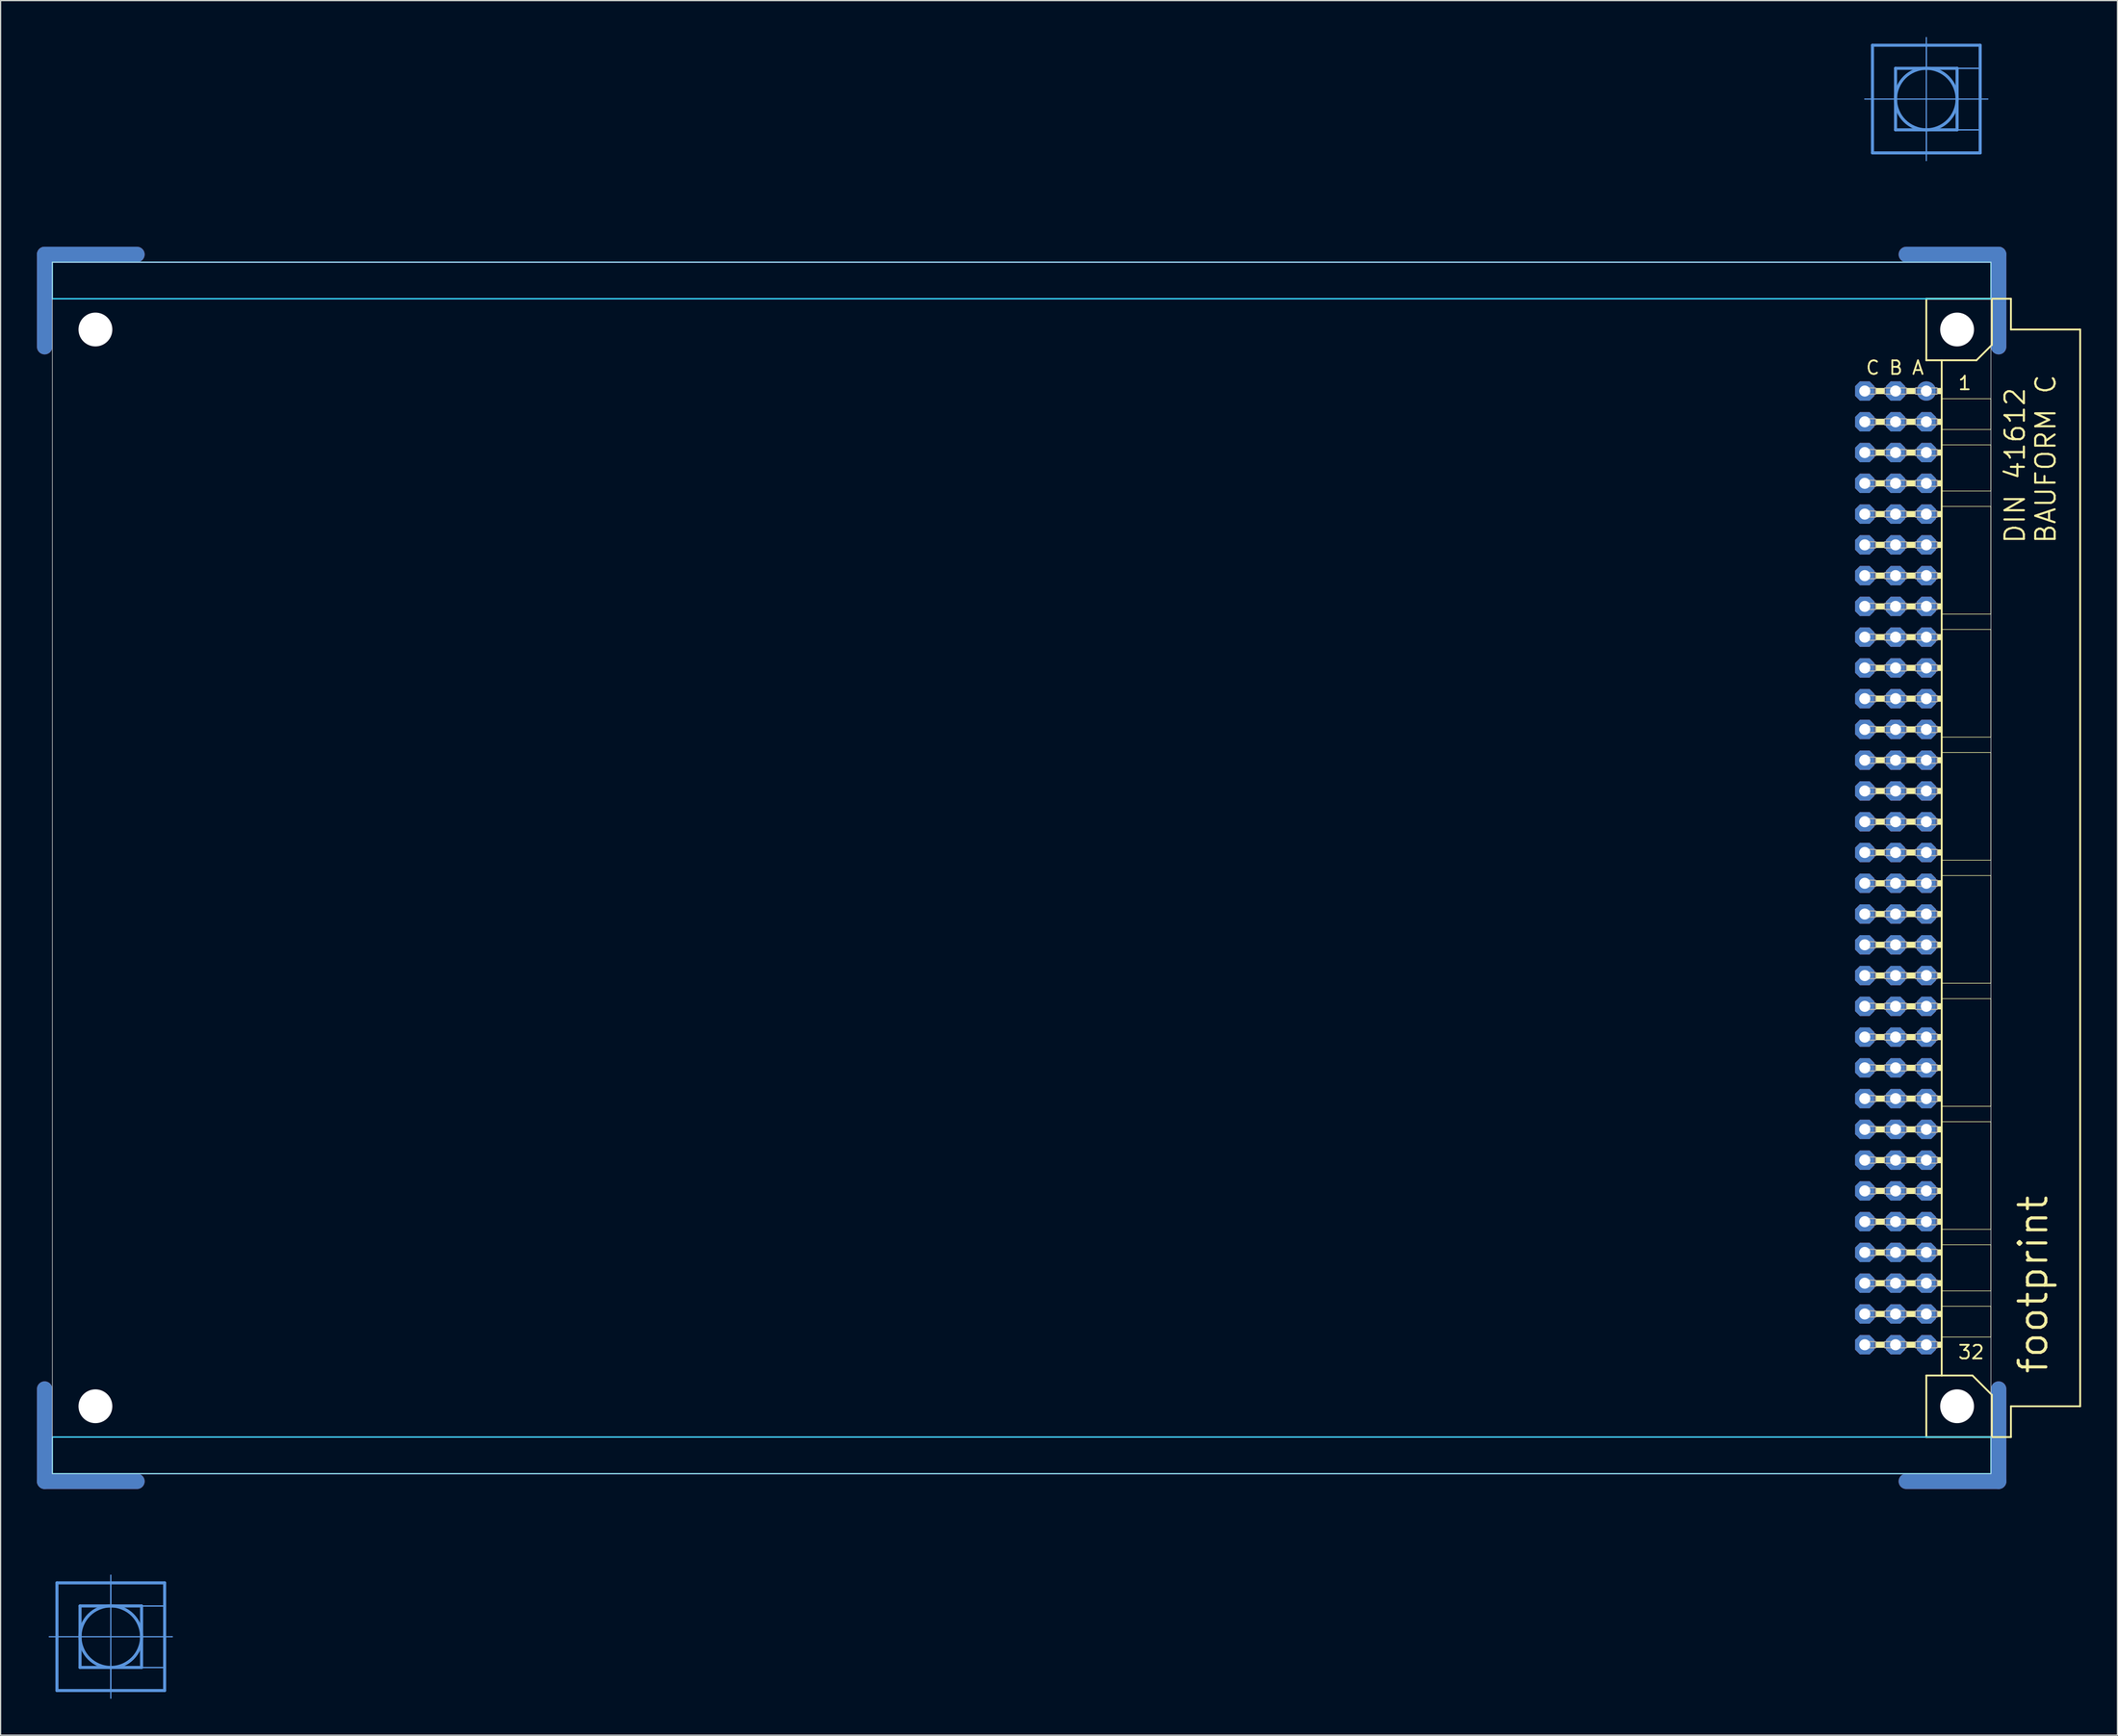
<source format=kicad_pcb>
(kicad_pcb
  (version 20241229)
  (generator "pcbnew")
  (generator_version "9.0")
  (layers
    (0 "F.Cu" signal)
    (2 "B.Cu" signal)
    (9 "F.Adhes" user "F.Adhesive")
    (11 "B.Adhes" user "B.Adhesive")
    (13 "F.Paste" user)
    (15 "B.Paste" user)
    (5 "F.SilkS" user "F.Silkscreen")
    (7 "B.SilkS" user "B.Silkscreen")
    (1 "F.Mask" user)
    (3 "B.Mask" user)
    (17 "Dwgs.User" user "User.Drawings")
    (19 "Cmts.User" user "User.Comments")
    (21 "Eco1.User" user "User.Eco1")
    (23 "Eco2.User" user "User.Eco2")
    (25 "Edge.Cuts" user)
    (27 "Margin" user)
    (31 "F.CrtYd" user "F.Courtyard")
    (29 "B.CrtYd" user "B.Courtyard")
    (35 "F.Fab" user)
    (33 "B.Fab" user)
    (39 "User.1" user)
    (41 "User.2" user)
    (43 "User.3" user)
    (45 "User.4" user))
  (footprint "footprint"
    (layer "F.Cu")
    (at 1.016 68.605)
    (property "Reference" "footprint" (at 165.1 41.91 90) (layer "F.SilkS") (effects (font (size 2.286 2.286) (thickness 0.254)) (justify left bottom)))
    (fp_line (start -0.381 -43.028) (end -0.381 -50.648) (stroke (width 1.27) (type solid)) (layer "F.Cu"))
    (fp_line (start -0.381 43.028) (end -0.381 50.648) (stroke (width 1.27) (type solid)) (layer "F.Cu"))
    (fp_line (start 7.239 -50.648) (end -0.381 -50.648) (stroke (width 1.27) (type solid)) (layer "F.Cu"))
    (fp_line (start 7.239 50.648) (end -0.381 50.648) (stroke (width 1.27) (type solid)) (layer "F.Cu"))
    (fp_line (start 153.289 -50.648) (end 160.909 -50.648) (stroke (width 1.27) (type solid)) (layer "F.Cu"))
    (fp_line (start 153.289 50.648) (end 160.909 50.648) (stroke (width 1.27) (type solid)) (layer "F.Cu"))
    (fp_line (start 160.909 -43.028) (end 160.909 -50.648) (stroke (width 1.27) (type solid)) (layer "F.Cu"))
    (fp_line (start 160.909 43.028) (end 160.909 50.648) (stroke (width 1.27) (type solid)) (layer "F.Cu"))
    (fp_line (start 0.254 -42.393) (end 0.254 -50.013) (stroke (width 0.152) (type solid)) (layer "F.Mask"))
    (fp_line (start 0.254 42.393) (end 0.254 50.013) (stroke (width 0.152) (type solid)) (layer "F.Mask"))
    (fp_line (start 7.874 -50.013) (end 0.254 -50.013) (stroke (width 0.152) (type solid)) (layer "F.Mask"))
    (fp_line (start 7.874 50.013) (end 0.254 50.013) (stroke (width 0.152) (type solid)) (layer "F.Mask"))
    (fp_line (start 152.654 -50.013) (end 160.274 -50.013) (stroke (width 0.152) (type solid)) (layer "F.Mask"))
    (fp_line (start 152.654 50.013) (end 160.274 50.013) (stroke (width 0.152) (type solid)) (layer "F.Mask"))
    (fp_line (start 160.274 -42.393) (end 160.274 -50.013) (stroke (width 0.152) (type solid)) (layer "F.Mask"))
    (fp_line (start 160.274 42.393) (end 160.274 50.013) (stroke (width 0.152) (type solid)) (layer "F.Mask"))
    (fp_line (start -0.381 -43.028) (end -0.381 -50.648) (stroke (width 1.27) (type solid)) (layer "B.Cu"))
    (fp_line (start -0.381 43.028) (end -0.381 50.648) (stroke (width 1.27) (type solid)) (layer "B.Cu"))
    (fp_line (start 7.239 -50.648) (end -0.381 -50.648) (stroke (width 1.27) (type solid)) (layer "B.Cu"))
    (fp_line (start 7.239 50.648) (end -0.381 50.648) (stroke (width 1.27) (type solid)) (layer "B.Cu"))
    (fp_line (start 153.289 -50.648) (end 160.909 -50.648) (stroke (width 1.27) (type solid)) (layer "B.Cu"))
    (fp_line (start 153.289 50.648) (end 160.909 50.648) (stroke (width 1.27) (type solid)) (layer "B.Cu"))
    (fp_line (start 160.909 -43.028) (end 160.909 -50.648) (stroke (width 1.27) (type solid)) (layer "B.Cu"))
    (fp_line (start 160.909 43.028) (end 160.909 50.648) (stroke (width 1.27) (type solid)) (layer "B.Cu"))
    (fp_line (start 0.254 -50.013) (end 7.874 -50.013) (stroke (width 0.152) (type solid)) (layer "B.Mask"))
    (fp_line (start 0.254 -42.393) (end 0.254 -50.013) (stroke (width 0.152) (type solid)) (layer "B.Mask"))
    (fp_line (start 0.254 50.013) (end 0.254 42.393) (stroke (width 0.152) (type solid)) (layer "B.Mask"))
    (fp_line (start 7.874 50.013) (end 0.254 50.013) (stroke (width 0.152) (type solid)) (layer "B.Mask"))
    (fp_line (start 152.654 -50.013) (end 160.274 -50.013) (stroke (width 0.152) (type solid)) (layer "B.Mask"))
    (fp_line (start 160.274 -50.013) (end 160.274 -42.393) (stroke (width 0.152) (type solid)) (layer "B.Mask"))
    (fp_line (start 160.274 42.393) (end 160.274 50.013) (stroke (width 0.152) (type solid)) (layer "B.Mask"))
    (fp_line (start 160.274 50.013) (end 152.654 50.013) (stroke (width 0.152) (type solid)) (layer "B.Mask"))
    (fp_line (start 154.94 -46.99) (end 154.94 -41.91) (stroke (width 0.152) (type solid)) (layer "F.SilkS"))
    (fp_line (start 154.94 -41.91) (end 156.21 -41.91) (stroke (width 0.152) (type solid)) (layer "F.SilkS"))
    (fp_line (start 154.94 41.91) (end 154.94 46.99) (stroke (width 0.152) (type solid)) (layer "F.SilkS"))
    (fp_line (start 154.94 41.91) (end 156.21 41.91) (stroke (width 0.152) (type solid)) (layer "F.SilkS"))
    (fp_line (start 154.94 46.99) (end 160.35 46.99) (stroke (width 0.152) (type solid)) (layer "F.SilkS"))
    (fp_line (start 156.21 -41.91) (end 156.21 -38.735) (stroke (width 0.152) (type solid)) (layer "F.SilkS"))
    (fp_line (start 156.21 -41.91) (end 159.08 -41.91) (stroke (width 0.152) (type solid)) (layer "F.SilkS"))
    (fp_line (start 156.21 -38.735) (end 156.21 -36.195) (stroke (width 0.152) (type solid)) (layer "F.SilkS"))
    (fp_line (start 156.21 -36.195) (end 156.21 -34.925) (stroke (width 0.152) (type solid)) (layer "F.SilkS"))
    (fp_line (start 156.21 -34.925) (end 156.21 -31.115) (stroke (width 0.152) (type solid)) (layer "F.SilkS"))
    (fp_line (start 156.21 -31.115) (end 156.21 -29.845) (stroke (width 0.152) (type solid)) (layer "F.SilkS"))
    (fp_line (start 156.21 -29.845) (end 156.21 -20.955) (stroke (width 0.152) (type solid)) (layer "F.SilkS"))
    (fp_line (start 156.21 -20.955) (end 156.21 -19.685) (stroke (width 0.152) (type solid)) (layer "F.SilkS"))
    (fp_line (start 156.21 -19.685) (end 156.21 -10.795) (stroke (width 0.152) (type solid)) (layer "F.SilkS"))
    (fp_line (start 156.21 -10.795) (end 156.21 -9.525) (stroke (width 0.152) (type solid)) (layer "F.SilkS"))
    (fp_line (start 156.21 -9.525) (end 156.21 -0.635) (stroke (width 0.152) (type solid)) (layer "F.SilkS"))
    (fp_line (start 156.21 -0.635) (end 156.21 0.635) (stroke (width 0.152) (type solid)) (layer "F.SilkS"))
    (fp_line (start 156.21 0.635) (end 156.21 9.525) (stroke (width 0.152) (type solid)) (layer "F.SilkS"))
    (fp_line (start 156.21 9.525) (end 156.21 10.795) (stroke (width 0.152) (type solid)) (layer "F.SilkS"))
    (fp_line (start 156.21 10.795) (end 156.21 19.685) (stroke (width 0.152) (type solid)) (layer "F.SilkS"))
    (fp_line (start 156.21 19.685) (end 156.21 20.955) (stroke (width 0.152) (type solid)) (layer "F.SilkS"))
    (fp_line (start 156.21 20.955) (end 156.21 29.845) (stroke (width 0.152) (type solid)) (layer "F.SilkS"))
    (fp_line (start 156.21 29.845) (end 156.21 31.115) (stroke (width 0.152) (type solid)) (layer "F.SilkS"))
    (fp_line (start 156.21 31.115) (end 156.21 34.925) (stroke (width 0.152) (type solid)) (layer "F.SilkS"))
    (fp_line (start 156.21 34.925) (end 156.21 36.195) (stroke (width 0.152) (type solid)) (layer "F.SilkS"))
    (fp_line (start 156.21 36.195) (end 156.21 38.735) (stroke (width 0.152) (type solid)) (layer "F.SilkS"))
    (fp_line (start 156.21 38.735) (end 156.21 41.91) (stroke (width 0.152) (type solid)) (layer "F.SilkS"))
    (fp_line (start 156.21 41.91) (end 158.75 41.91) (stroke (width 0.152) (type solid)) (layer "F.SilkS"))
    (fp_line (start 159.08 -41.91) (end 160.35 -43.18) (stroke (width 0.152) (type solid)) (layer "F.SilkS"))
    (fp_line (start 160.274 -38.735) (end 156.21 -38.735) (stroke (width 0.051) (type solid)) (layer "F.SilkS"))
    (fp_line (start 160.274 -38.735) (end 160.274 -36.195) (stroke (width 0.051) (type solid)) (layer "F.SilkS"))
    (fp_line (start 160.274 -36.195) (end 156.21 -36.195) (stroke (width 0.051) (type solid)) (layer "F.SilkS"))
    (fp_line (start 160.274 -34.925) (end 156.21 -34.925) (stroke (width 0.051) (type solid)) (layer "F.SilkS"))
    (fp_line (start 160.274 -34.925) (end 160.274 -31.115) (stroke (width 0.051) (type solid)) (layer "F.SilkS"))
    (fp_line (start 160.274 -31.115) (end 156.21 -31.115) (stroke (width 0.051) (type solid)) (layer "F.SilkS"))
    (fp_line (start 160.274 -29.845) (end 156.21 -29.845) (stroke (width 0.051) (type solid)) (layer "F.SilkS"))
    (fp_line (start 160.274 -29.845) (end 160.274 -20.955) (stroke (width 0.051) (type solid)) (layer "F.SilkS"))
    (fp_line (start 160.274 -20.955) (end 156.21 -20.955) (stroke (width 0.051) (type solid)) (layer "F.SilkS"))
    (fp_line (start 160.274 -19.685) (end 156.21 -19.685) (stroke (width 0.051) (type solid)) (layer "F.SilkS"))
    (fp_line (start 160.274 -19.685) (end 160.274 -10.795) (stroke (width 0.051) (type solid)) (layer "F.SilkS"))
    (fp_line (start 160.274 -10.795) (end 156.21 -10.795) (stroke (width 0.051) (type solid)) (layer "F.SilkS"))
    (fp_line (start 160.274 -9.525) (end 156.21 -9.525) (stroke (width 0.051) (type solid)) (layer "F.SilkS"))
    (fp_line (start 160.274 -9.525) (end 160.274 -0.635) (stroke (width 0.051) (type solid)) (layer "F.SilkS"))
    (fp_line (start 160.274 -0.635) (end 156.21 -0.635) (stroke (width 0.051) (type solid)) (layer "F.SilkS"))
    (fp_line (start 160.274 0.635) (end 156.21 0.635) (stroke (width 0.051) (type solid)) (layer "F.SilkS"))
    (fp_line (start 160.274 0.635) (end 160.274 9.525) (stroke (width 0.051) (type solid)) (layer "F.SilkS"))
    (fp_line (start 160.274 9.525) (end 156.21 9.525) (stroke (width 0.051) (type solid)) (layer "F.SilkS"))
    (fp_line (start 160.274 10.795) (end 156.21 10.795) (stroke (width 0.051) (type solid)) (layer "F.SilkS"))
    (fp_line (start 160.274 10.795) (end 160.274 19.685) (stroke (width 0.051) (type solid)) (layer "F.SilkS"))
    (fp_line (start 160.274 19.685) (end 156.21 19.685) (stroke (width 0.051) (type solid)) (layer "F.SilkS"))
    (fp_line (start 160.274 20.955) (end 156.21 20.955) (stroke (width 0.051) (type solid)) (layer "F.SilkS"))
    (fp_line (start 160.274 20.955) (end 160.274 29.845) (stroke (width 0.051) (type solid)) (layer "F.SilkS"))
    (fp_line (start 160.274 29.845) (end 156.21 29.845) (stroke (width 0.051) (type solid)) (layer "F.SilkS"))
    (fp_line (start 160.274 31.115) (end 156.21 31.115) (stroke (width 0.051) (type solid)) (layer "F.SilkS"))
    (fp_line (start 160.274 31.115) (end 160.274 34.925) (stroke (width 0.051) (type solid)) (layer "F.SilkS"))
    (fp_line (start 160.274 34.925) (end 156.21 34.925) (stroke (width 0.051) (type solid)) (layer "F.SilkS"))
    (fp_line (start 160.274 36.195) (end 156.21 36.195) (stroke (width 0.051) (type solid)) (layer "F.SilkS"))
    (fp_line (start 160.274 36.195) (end 160.274 38.735) (stroke (width 0.051) (type solid)) (layer "F.SilkS"))
    (fp_line (start 160.274 38.735) (end 156.21 38.735) (stroke (width 0.051) (type solid)) (layer "F.SilkS"))
    (fp_line (start 160.35 -46.99) (end 154.94 -46.99) (stroke (width 0.152) (type solid)) (layer "F.SilkS"))
    (fp_line (start 160.35 -43.18) (end 160.35 -46.99) (stroke (width 0.152) (type solid)) (layer "F.SilkS"))
    (fp_line (start 160.35 43.51) (end 158.75 41.91) (stroke (width 0.152) (type solid)) (layer "F.SilkS"))
    (fp_line (start 160.35 43.51) (end 160.35 46.99) (stroke (width 0.152) (type solid)) (layer "F.SilkS"))
    (fp_line (start 160.35 46.99) (end 161.925 46.99) (stroke (width 0.152) (type solid)) (layer "F.SilkS"))
    (fp_line (start 161.925 -46.99) (end 160.35 -46.99) (stroke (width 0.152) (type solid)) (layer "F.SilkS"))
    (fp_line (start 161.925 -44.45) (end 161.925 -46.99) (stroke (width 0.152) (type solid)) (layer "F.SilkS"))
    (fp_line (start 161.925 44.45) (end 167.64 44.45) (stroke (width 0.152) (type solid)) (layer "F.SilkS"))
    (fp_line (start 161.925 46.99) (end 161.925 44.45) (stroke (width 0.152) (type solid)) (layer "F.SilkS"))
    (fp_line (start 167.64 -44.45) (end 161.925 -44.45) (stroke (width 0.152) (type solid)) (layer "F.SilkS"))
    (fp_line (start 167.64 44.45) (end 167.64 -44.45) (stroke (width 0.152) (type solid)) (layer "F.SilkS"))
    (fp_circle (center 3.81 -44.45) (end 5.08 -44.45) (stroke (width 0.152) (type solid)) (fill no) (layer "F.SilkS"))
    (fp_circle (center 3.81 44.45) (end 5.08 44.45) (stroke (width 0.152) (type solid)) (fill no) (layer "F.SilkS"))
    (fp_circle (center 157.48 -44.45) (end 158.75 -44.45) (stroke (width 0.152) (type solid)) (fill no) (layer "F.SilkS"))
    (fp_circle (center 157.48 44.45) (end 158.75 44.45) (stroke (width 0.152) (type solid)) (fill no) (layer "F.SilkS"))
    (fp_poly (pts (xy 150.749 -39.116) (xy 151.511 -39.116) (xy 151.511 -39.624) (xy 150.749 -39.624)) (stroke (width 0) (type solid)) (fill yes) (layer "F.SilkS"))
    (fp_poly (pts (xy 150.749 -36.576) (xy 151.511 -36.576) (xy 151.511 -37.084) (xy 150.749 -37.084)) (stroke (width 0) (type solid)) (fill yes) (layer "F.SilkS"))
    (fp_poly (pts (xy 150.749 -34.036) (xy 151.511 -34.036) (xy 151.511 -34.544) (xy 150.749 -34.544)) (stroke (width 0) (type solid)) (fill yes) (layer "F.SilkS"))
    (fp_poly (pts (xy 150.749 -31.496) (xy 151.511 -31.496) (xy 151.511 -32.004) (xy 150.749 -32.004)) (stroke (width 0) (type solid)) (fill yes) (layer "F.SilkS"))
    (fp_poly (pts (xy 150.749 -28.956) (xy 151.511 -28.956) (xy 151.511 -29.464) (xy 150.749 -29.464)) (stroke (width 0) (type solid)) (fill yes) (layer "F.SilkS"))
    (fp_poly (pts (xy 150.749 -26.416) (xy 151.511 -26.416) (xy 151.511 -26.924) (xy 150.749 -26.924)) (stroke (width 0) (type solid)) (fill yes) (layer "F.SilkS"))
    (fp_poly (pts (xy 150.749 -23.876) (xy 151.511 -23.876) (xy 151.511 -24.384) (xy 150.749 -24.384)) (stroke (width 0) (type solid)) (fill yes) (layer "F.SilkS"))
    (fp_poly (pts (xy 150.749 -21.336) (xy 151.511 -21.336) (xy 151.511 -21.844) (xy 150.749 -21.844)) (stroke (width 0) (type solid)) (fill yes) (layer "F.SilkS"))
    (fp_poly (pts (xy 150.749 -18.796) (xy 151.511 -18.796) (xy 151.511 -19.304) (xy 150.749 -19.304)) (stroke (width 0) (type solid)) (fill yes) (layer "F.SilkS"))
    (fp_poly (pts (xy 150.749 -16.256) (xy 151.511 -16.256) (xy 151.511 -16.764) (xy 150.749 -16.764)) (stroke (width 0) (type solid)) (fill yes) (layer "F.SilkS"))
    (fp_poly (pts (xy 150.749 -13.716) (xy 151.511 -13.716) (xy 151.511 -14.224) (xy 150.749 -14.224)) (stroke (width 0) (type solid)) (fill yes) (layer "F.SilkS"))
    (fp_poly (pts (xy 150.749 -11.176) (xy 151.511 -11.176) (xy 151.511 -11.684) (xy 150.749 -11.684)) (stroke (width 0) (type solid)) (fill yes) (layer "F.SilkS"))
    (fp_poly (pts (xy 150.749 -8.636) (xy 151.511 -8.636) (xy 151.511 -9.144) (xy 150.749 -9.144)) (stroke (width 0) (type solid)) (fill yes) (layer "F.SilkS"))
    (fp_poly (pts (xy 150.749 -6.096) (xy 151.511 -6.096) (xy 151.511 -6.604) (xy 150.749 -6.604)) (stroke (width 0) (type solid)) (fill yes) (layer "F.SilkS"))
    (fp_poly (pts (xy 150.749 -3.556) (xy 151.511 -3.556) (xy 151.511 -4.064) (xy 150.749 -4.064)) (stroke (width 0) (type solid)) (fill yes) (layer "F.SilkS"))
    (fp_poly (pts (xy 150.749 -1.016) (xy 151.511 -1.016) (xy 151.511 -1.524) (xy 150.749 -1.524)) (stroke (width 0) (type solid)) (fill yes) (layer "F.SilkS"))
    (fp_poly (pts (xy 150.749 1.524) (xy 151.511 1.524) (xy 151.511 1.016) (xy 150.749 1.016)) (stroke (width 0) (type solid)) (fill yes) (layer "F.SilkS"))
    (fp_poly (pts (xy 150.749 4.064) (xy 151.511 4.064) (xy 151.511 3.556) (xy 150.749 3.556)) (stroke (width 0) (type solid)) (fill yes) (layer "F.SilkS"))
    (fp_poly (pts (xy 150.749 6.604) (xy 151.511 6.604) (xy 151.511 6.096) (xy 150.749 6.096)) (stroke (width 0) (type solid)) (fill yes) (layer "F.SilkS"))
    (fp_poly (pts (xy 150.749 9.144) (xy 151.511 9.144) (xy 151.511 8.636) (xy 150.749 8.636)) (stroke (width 0) (type solid)) (fill yes) (layer "F.SilkS"))
    (fp_poly (pts (xy 150.749 11.684) (xy 151.511 11.684) (xy 151.511 11.176) (xy 150.749 11.176)) (stroke (width 0) (type solid)) (fill yes) (layer "F.SilkS"))
    (fp_poly (pts (xy 150.749 14.224) (xy 151.511 14.224) (xy 151.511 13.716) (xy 150.749 13.716)) (stroke (width 0) (type solid)) (fill yes) (layer "F.SilkS"))
    (fp_poly (pts (xy 150.749 16.764) (xy 151.511 16.764) (xy 151.511 16.256) (xy 150.749 16.256)) (stroke (width 0) (type solid)) (fill yes) (layer "F.SilkS"))
    (fp_poly (pts (xy 150.749 19.304) (xy 151.511 19.304) (xy 151.511 18.796) (xy 150.749 18.796)) (stroke (width 0) (type solid)) (fill yes) (layer "F.SilkS"))
    (fp_poly (pts (xy 150.749 21.844) (xy 151.511 21.844) (xy 151.511 21.336) (xy 150.749 21.336)) (stroke (width 0) (type solid)) (fill yes) (layer "F.SilkS"))
    (fp_poly (pts (xy 150.749 24.384) (xy 151.511 24.384) (xy 151.511 23.876) (xy 150.749 23.876)) (stroke (width 0) (type solid)) (fill yes) (layer "F.SilkS"))
    (fp_poly (pts (xy 150.749 26.924) (xy 151.511 26.924) (xy 151.511 26.416) (xy 150.749 26.416)) (stroke (width 0) (type solid)) (fill yes) (layer "F.SilkS"))
    (fp_poly (pts (xy 150.749 29.464) (xy 151.511 29.464) (xy 151.511 28.956) (xy 150.749 28.956)) (stroke (width 0) (type solid)) (fill yes) (layer "F.SilkS"))
    (fp_poly (pts (xy 150.749 32.004) (xy 151.511 32.004) (xy 151.511 31.496) (xy 150.749 31.496)) (stroke (width 0) (type solid)) (fill yes) (layer "F.SilkS"))
    (fp_poly (pts (xy 150.749 34.544) (xy 151.511 34.544) (xy 151.511 34.036) (xy 150.749 34.036)) (stroke (width 0) (type solid)) (fill yes) (layer "F.SilkS"))
    (fp_poly (pts (xy 150.749 37.084) (xy 151.511 37.084) (xy 151.511 36.576) (xy 150.749 36.576)) (stroke (width 0) (type solid)) (fill yes) (layer "F.SilkS"))
    (fp_poly (pts (xy 150.749 39.624) (xy 151.511 39.624) (xy 151.511 39.116) (xy 150.749 39.116)) (stroke (width 0) (type solid)) (fill yes) (layer "F.SilkS"))
    (fp_poly (pts (xy 153.289 -39.116) (xy 154.051 -39.116) (xy 154.051 -39.624) (xy 153.289 -39.624)) (stroke (width 0) (type solid)) (fill yes) (layer "F.SilkS"))
    (fp_poly (pts (xy 153.289 -36.576) (xy 154.051 -36.576) (xy 154.051 -37.084) (xy 153.289 -37.084)) (stroke (width 0) (type solid)) (fill yes) (layer "F.SilkS"))
    (fp_poly (pts (xy 153.289 -34.036) (xy 154.051 -34.036) (xy 154.051 -34.544) (xy 153.289 -34.544)) (stroke (width 0) (type solid)) (fill yes) (layer "F.SilkS"))
    (fp_poly (pts (xy 153.289 -31.496) (xy 154.051 -31.496) (xy 154.051 -32.004) (xy 153.289 -32.004)) (stroke (width 0) (type solid)) (fill yes) (layer "F.SilkS"))
    (fp_poly (pts (xy 153.289 -28.956) (xy 154.051 -28.956) (xy 154.051 -29.464) (xy 153.289 -29.464)) (stroke (width 0) (type solid)) (fill yes) (layer "F.SilkS"))
    (fp_poly (pts (xy 153.289 -26.416) (xy 154.051 -26.416) (xy 154.051 -26.924) (xy 153.289 -26.924)) (stroke (width 0) (type solid)) (fill yes) (layer "F.SilkS"))
    (fp_poly (pts (xy 153.289 -23.876) (xy 154.051 -23.876) (xy 154.051 -24.384) (xy 153.289 -24.384)) (stroke (width 0) (type solid)) (fill yes) (layer "F.SilkS"))
    (fp_poly (pts (xy 153.289 -21.336) (xy 154.051 -21.336) (xy 154.051 -21.844) (xy 153.289 -21.844)) (stroke (width 0) (type solid)) (fill yes) (layer "F.SilkS"))
    (fp_poly (pts (xy 153.289 -18.796) (xy 154.051 -18.796) (xy 154.051 -19.304) (xy 153.289 -19.304)) (stroke (width 0) (type solid)) (fill yes) (layer "F.SilkS"))
    (fp_poly (pts (xy 153.289 -16.256) (xy 154.051 -16.256) (xy 154.051 -16.764) (xy 153.289 -16.764)) (stroke (width 0) (type solid)) (fill yes) (layer "F.SilkS"))
    (fp_poly (pts (xy 153.289 -13.716) (xy 154.051 -13.716) (xy 154.051 -14.224) (xy 153.289 -14.224)) (stroke (width 0) (type solid)) (fill yes) (layer "F.SilkS"))
    (fp_poly (pts (xy 153.289 -11.176) (xy 154.051 -11.176) (xy 154.051 -11.684) (xy 153.289 -11.684)) (stroke (width 0) (type solid)) (fill yes) (layer "F.SilkS"))
    (fp_poly (pts (xy 153.289 -8.636) (xy 154.051 -8.636) (xy 154.051 -9.144) (xy 153.289 -9.144)) (stroke (width 0) (type solid)) (fill yes) (layer "F.SilkS"))
    (fp_poly (pts (xy 153.289 -6.096) (xy 154.051 -6.096) (xy 154.051 -6.604) (xy 153.289 -6.604)) (stroke (width 0) (type solid)) (fill yes) (layer "F.SilkS"))
    (fp_poly (pts (xy 153.289 -3.556) (xy 154.051 -3.556) (xy 154.051 -4.064) (xy 153.289 -4.064)) (stroke (width 0) (type solid)) (fill yes) (layer "F.SilkS"))
    (fp_poly (pts (xy 153.289 -1.016) (xy 154.051 -1.016) (xy 154.051 -1.524) (xy 153.289 -1.524)) (stroke (width 0) (type solid)) (fill yes) (layer "F.SilkS"))
    (fp_poly (pts (xy 153.289 1.524) (xy 154.051 1.524) (xy 154.051 1.016) (xy 153.289 1.016)) (stroke (width 0) (type solid)) (fill yes) (layer "F.SilkS"))
    (fp_poly (pts (xy 153.289 4.064) (xy 154.051 4.064) (xy 154.051 3.556) (xy 153.289 3.556)) (stroke (width 0) (type solid)) (fill yes) (layer "F.SilkS"))
    (fp_poly (pts (xy 153.289 6.604) (xy 154.051 6.604) (xy 154.051 6.096) (xy 153.289 6.096)) (stroke (width 0) (type solid)) (fill yes) (layer "F.SilkS"))
    (fp_poly (pts (xy 153.289 9.144) (xy 154.051 9.144) (xy 154.051 8.636) (xy 153.289 8.636)) (stroke (width 0) (type solid)) (fill yes) (layer "F.SilkS"))
    (fp_poly (pts (xy 153.289 11.684) (xy 154.051 11.684) (xy 154.051 11.176) (xy 153.289 11.176)) (stroke (width 0) (type solid)) (fill yes) (layer "F.SilkS"))
    (fp_poly (pts (xy 153.289 14.224) (xy 154.051 14.224) (xy 154.051 13.716) (xy 153.289 13.716)) (stroke (width 0) (type solid)) (fill yes) (layer "F.SilkS"))
    (fp_poly (pts (xy 153.289 16.764) (xy 154.051 16.764) (xy 154.051 16.256) (xy 153.289 16.256)) (stroke (width 0) (type solid)) (fill yes) (layer "F.SilkS"))
    (fp_poly (pts (xy 153.289 19.304) (xy 154.051 19.304) (xy 154.051 18.796) (xy 153.289 18.796)) (stroke (width 0) (type solid)) (fill yes) (layer "F.SilkS"))
    (fp_poly (pts (xy 153.289 21.844) (xy 154.051 21.844) (xy 154.051 21.336) (xy 153.289 21.336)) (stroke (width 0) (type solid)) (fill yes) (layer "F.SilkS"))
    (fp_poly (pts (xy 153.289 24.384) (xy 154.051 24.384) (xy 154.051 23.876) (xy 153.289 23.876)) (stroke (width 0) (type solid)) (fill yes) (layer "F.SilkS"))
    (fp_poly (pts (xy 153.289 26.924) (xy 154.051 26.924) (xy 154.051 26.416) (xy 153.289 26.416)) (stroke (width 0) (type solid)) (fill yes) (layer "F.SilkS"))
    (fp_poly (pts (xy 153.289 29.464) (xy 154.051 29.464) (xy 154.051 28.956) (xy 153.289 28.956)) (stroke (width 0) (type solid)) (fill yes) (layer "F.SilkS"))
    (fp_poly (pts (xy 153.289 32.004) (xy 154.051 32.004) (xy 154.051 31.496) (xy 153.289 31.496)) (stroke (width 0) (type solid)) (fill yes) (layer "F.SilkS"))
    (fp_poly (pts (xy 153.289 34.544) (xy 154.051 34.544) (xy 154.051 34.036) (xy 153.289 34.036)) (stroke (width 0) (type solid)) (fill yes) (layer "F.SilkS"))
    (fp_poly (pts (xy 153.289 37.084) (xy 154.051 37.084) (xy 154.051 36.576) (xy 153.289 36.576)) (stroke (width 0) (type solid)) (fill yes) (layer "F.SilkS"))
    (fp_poly (pts (xy 153.289 39.624) (xy 154.051 39.624) (xy 154.051 39.116) (xy 153.289 39.116)) (stroke (width 0) (type solid)) (fill yes) (layer "F.SilkS"))
    (fp_poly (pts (xy 155.829 -39.116) (xy 156.21 -39.116) (xy 156.21 -39.624) (xy 155.829 -39.624)) (stroke (width 0) (type solid)) (fill yes) (layer "F.SilkS"))
    (fp_poly (pts (xy 155.829 -36.576) (xy 156.21 -36.576) (xy 156.21 -37.084) (xy 155.829 -37.084)) (stroke (width 0) (type solid)) (fill yes) (layer "F.SilkS"))
    (fp_poly (pts (xy 155.829 -34.036) (xy 156.21 -34.036) (xy 156.21 -34.544) (xy 155.829 -34.544)) (stroke (width 0) (type solid)) (fill yes) (layer "F.SilkS"))
    (fp_poly (pts (xy 155.829 -31.496) (xy 156.21 -31.496) (xy 156.21 -32.004) (xy 155.829 -32.004)) (stroke (width 0) (type solid)) (fill yes) (layer "F.SilkS"))
    (fp_poly (pts (xy 155.829 -28.956) (xy 156.21 -28.956) (xy 156.21 -29.464) (xy 155.829 -29.464)) (stroke (width 0) (type solid)) (fill yes) (layer "F.SilkS"))
    (fp_poly (pts (xy 155.829 -26.416) (xy 156.21 -26.416) (xy 156.21 -26.924) (xy 155.829 -26.924)) (stroke (width 0) (type solid)) (fill yes) (layer "F.SilkS"))
    (fp_poly (pts (xy 155.829 -23.876) (xy 156.21 -23.876) (xy 156.21 -24.384) (xy 155.829 -24.384)) (stroke (width 0) (type solid)) (fill yes) (layer "F.SilkS"))
    (fp_poly (pts (xy 155.829 -21.336) (xy 156.21 -21.336) (xy 156.21 -21.844) (xy 155.829 -21.844)) (stroke (width 0) (type solid)) (fill yes) (layer "F.SilkS"))
    (fp_poly (pts (xy 155.829 -18.796) (xy 156.21 -18.796) (xy 156.21 -19.304) (xy 155.829 -19.304)) (stroke (width 0) (type solid)) (fill yes) (layer "F.SilkS"))
    (fp_poly (pts (xy 155.829 -16.256) (xy 156.21 -16.256) (xy 156.21 -16.764) (xy 155.829 -16.764)) (stroke (width 0) (type solid)) (fill yes) (layer "F.SilkS"))
    (fp_poly (pts (xy 155.829 -13.716) (xy 156.21 -13.716) (xy 156.21 -14.224) (xy 155.829 -14.224)) (stroke (width 0) (type solid)) (fill yes) (layer "F.SilkS"))
    (fp_poly (pts (xy 155.829 -11.176) (xy 156.21 -11.176) (xy 156.21 -11.684) (xy 155.829 -11.684)) (stroke (width 0) (type solid)) (fill yes) (layer "F.SilkS"))
    (fp_poly (pts (xy 155.829 -8.636) (xy 156.21 -8.636) (xy 156.21 -9.144) (xy 155.829 -9.144)) (stroke (width 0) (type solid)) (fill yes) (layer "F.SilkS"))
    (fp_poly (pts (xy 155.829 -6.096) (xy 156.21 -6.096) (xy 156.21 -6.604) (xy 155.829 -6.604)) (stroke (width 0) (type solid)) (fill yes) (layer "F.SilkS"))
    (fp_poly (pts (xy 155.829 -3.556) (xy 156.21 -3.556) (xy 156.21 -4.064) (xy 155.829 -4.064)) (stroke (width 0) (type solid)) (fill yes) (layer "F.SilkS"))
    (fp_poly (pts (xy 155.829 -1.016) (xy 156.21 -1.016) (xy 156.21 -1.524) (xy 155.829 -1.524)) (stroke (width 0) (type solid)) (fill yes) (layer "F.SilkS"))
    (fp_poly (pts (xy 155.829 1.524) (xy 156.21 1.524) (xy 156.21 1.016) (xy 155.829 1.016)) (stroke (width 0) (type solid)) (fill yes) (layer "F.SilkS"))
    (fp_poly (pts (xy 155.829 4.064) (xy 156.21 4.064) (xy 156.21 3.556) (xy 155.829 3.556)) (stroke (width 0) (type solid)) (fill yes) (layer "F.SilkS"))
    (fp_poly (pts (xy 155.829 6.604) (xy 156.21 6.604) (xy 156.21 6.096) (xy 155.829 6.096)) (stroke (width 0) (type solid)) (fill yes) (layer "F.SilkS"))
    (fp_poly (pts (xy 155.829 9.144) (xy 156.21 9.144) (xy 156.21 8.636) (xy 155.829 8.636)) (stroke (width 0) (type solid)) (fill yes) (layer "F.SilkS"))
    (fp_poly (pts (xy 155.829 11.684) (xy 156.21 11.684) (xy 156.21 11.176) (xy 155.829 11.176)) (stroke (width 0) (type solid)) (fill yes) (layer "F.SilkS"))
    (fp_poly (pts (xy 155.829 14.224) (xy 156.21 14.224) (xy 156.21 13.716) (xy 155.829 13.716)) (stroke (width 0) (type solid)) (fill yes) (layer "F.SilkS"))
    (fp_poly (pts (xy 155.829 16.764) (xy 156.21 16.764) (xy 156.21 16.256) (xy 155.829 16.256)) (stroke (width 0) (type solid)) (fill yes) (layer "F.SilkS"))
    (fp_poly (pts (xy 155.829 19.304) (xy 156.21 19.304) (xy 156.21 18.796) (xy 155.829 18.796)) (stroke (width 0) (type solid)) (fill yes) (layer "F.SilkS"))
    (fp_poly (pts (xy 155.829 21.844) (xy 156.21 21.844) (xy 156.21 21.336) (xy 155.829 21.336)) (stroke (width 0) (type solid)) (fill yes) (layer "F.SilkS"))
    (fp_poly (pts (xy 155.829 24.384) (xy 156.21 24.384) (xy 156.21 23.876) (xy 155.829 23.876)) (stroke (width 0) (type solid)) (fill yes) (layer "F.SilkS"))
    (fp_poly (pts (xy 155.829 26.924) (xy 156.21 26.924) (xy 156.21 26.416) (xy 155.829 26.416)) (stroke (width 0) (type solid)) (fill yes) (layer "F.SilkS"))
    (fp_poly (pts (xy 155.829 29.464) (xy 156.21 29.464) (xy 156.21 28.956) (xy 155.829 28.956)) (stroke (width 0) (type solid)) (fill yes) (layer "F.SilkS"))
    (fp_poly (pts (xy 155.829 32.004) (xy 156.21 32.004) (xy 156.21 31.496) (xy 155.829 31.496)) (stroke (width 0) (type solid)) (fill yes) (layer "F.SilkS"))
    (fp_poly (pts (xy 155.829 34.544) (xy 156.21 34.544) (xy 156.21 34.036) (xy 155.829 34.036)) (stroke (width 0) (type solid)) (fill yes) (layer "F.SilkS"))
    (fp_poly (pts (xy 155.829 37.084) (xy 156.21 37.084) (xy 156.21 36.576) (xy 155.829 36.576)) (stroke (width 0) (type solid)) (fill yes) (layer "F.SilkS"))
    (fp_poly (pts (xy 155.829 39.624) (xy 156.21 39.624) (xy 156.21 39.116) (xy 155.829 39.116)) (stroke (width 0) (type solid)) (fill yes) (layer "F.SilkS"))
    (fp_line (start 0 63.475) (end 0.635 63.475) (stroke (width 0.102) (type solid)) (layer "Cmts.User"))
    (fp_line (start 0.635 59.03) (end 9.525 59.03) (stroke (width 0.254) (type solid)) (layer "Cmts.User"))
    (fp_line (start 0.635 63.475) (end 0.635 59.03) (stroke (width 0.254) (type solid)) (layer "Cmts.User"))
    (fp_line (start 0.635 63.475) (end 10.16 63.475) (stroke (width 0.102) (type solid)) (layer "Cmts.User"))
    (fp_line (start 0.635 67.92) (end 0.635 63.475) (stroke (width 0.254) (type solid)) (layer "Cmts.User"))
    (fp_line (start 2.54 60.935) (end 2.54 66.015) (stroke (width 0.254) (type solid)) (layer "Cmts.User"))
    (fp_line (start 2.54 66.015) (end 7.62 66.015) (stroke (width 0.254) (type solid)) (layer "Cmts.User"))
    (fp_line (start 5.08 68.555) (end 5.08 58.395) (stroke (width 0.102) (type solid)) (layer "Cmts.User"))
    (fp_line (start 7.62 60.935) (end 2.54 60.935) (stroke (width 0.254) (type solid)) (layer "Cmts.User"))
    (fp_line (start 7.62 66.015) (end 7.62 60.935) (stroke (width 0.254) (type solid)) (layer "Cmts.User"))
    (fp_line (start 9.525 59.03) (end 9.525 67.92) (stroke (width 0.254) (type solid)) (layer "Cmts.User"))
    (fp_line (start 9.525 67.92) (end 0.635 67.92) (stroke (width 0.254) (type solid)) (layer "Cmts.User"))
    (fp_line (start 149.86 -63.475) (end 150.495 -63.475) (stroke (width 0.102) (type solid)) (layer "Cmts.User"))
    (fp_line (start 150.495 -67.92) (end 159.385 -67.92) (stroke (width 0.254) (type solid)) (layer "Cmts.User"))
    (fp_line (start 150.495 -63.475) (end 150.495 -67.92) (stroke (width 0.254) (type solid)) (layer "Cmts.User"))
    (fp_line (start 150.495 -63.475) (end 160.02 -63.475) (stroke (width 0.102) (type solid)) (layer "Cmts.User"))
    (fp_line (start 150.495 -59.03) (end 150.495 -63.475) (stroke (width 0.254) (type solid)) (layer "Cmts.User"))
    (fp_line (start 152.4 -66.015) (end 152.4 -60.935) (stroke (width 0.254) (type solid)) (layer "Cmts.User"))
    (fp_line (start 152.4 -60.935) (end 157.48 -60.935) (stroke (width 0.254) (type solid)) (layer "Cmts.User"))
    (fp_line (start 154.94 -58.395) (end 154.94 -68.555) (stroke (width 0.102) (type solid)) (layer "Cmts.User"))
    (fp_line (start 157.48 -66.015) (end 152.4 -66.015) (stroke (width 0.254) (type solid)) (layer "Cmts.User"))
    (fp_line (start 157.48 -60.935) (end 157.48 -66.015) (stroke (width 0.254) (type solid)) (layer "Cmts.User"))
    (fp_line (start 159.385 -67.92) (end 159.385 -59.03) (stroke (width 0.254) (type solid)) (layer "Cmts.User"))
    (fp_line (start 159.385 -59.03) (end 150.495 -59.03) (stroke (width 0.254) (type solid)) (layer "Cmts.User"))
    (fp_circle (center 5.08 63.475) (end 7.62 63.475) (stroke (width 0.254) (type solid)) (fill no) (layer "Cmts.User"))
    (fp_circle (center 154.94 -63.475) (end 157.48 -63.475) (stroke (width 0.254) (type solid)) (fill no) (layer "Cmts.User"))
    (fp_poly (pts (xy 5.08 60.935) (xy 9.525 60.935) (xy 9.525 59.03) (xy 5.08 59.03)) (stroke (width 0.1) (type solid)) (fill no) (layer "Cmts.User"))
    (fp_poly (pts (xy 5.08 67.92) (xy 9.525 67.92) (xy 9.525 66.015) (xy 5.08 66.015)) (stroke (width 0.1) (type solid)) (fill no) (layer "Cmts.User"))
    (fp_poly (pts (xy 7.62 66.015) (xy 9.525 66.015) (xy 9.525 60.935) (xy 7.62 60.935)) (stroke (width 0.1) (type solid)) (fill no) (layer "Cmts.User"))
    (fp_poly (pts (xy 154.94 -66.015) (xy 159.385 -66.015) (xy 159.385 -67.92) (xy 154.94 -67.92)) (stroke (width 0.1) (type solid)) (fill no) (layer "Cmts.User"))
    (fp_poly (pts (xy 154.94 -59.03) (xy 159.385 -59.03) (xy 159.385 -60.935) (xy 154.94 -60.935)) (stroke (width 0.1) (type solid)) (fill no) (layer "Cmts.User"))
    (fp_poly (pts (xy 157.48 -60.935) (xy 159.385 -60.935) (xy 159.385 -66.015) (xy 157.48 -66.015)) (stroke (width 0.1) (type solid)) (fill no) (layer "Cmts.User"))
    (fp_line (start 0.254 -50.013) (end 0.254 50.013) (stroke (width 0.05) (type solid)) (layer "Edge.Cuts"))
    (fp_line (start 0.254 50.013) (end 160.274 50.013) (stroke (width 0.05) (type solid)) (layer "Edge.Cuts"))
    (fp_line (start 160.274 -50.013) (end 0.254 -50.013) (stroke (width 0.05) (type solid)) (layer "Edge.Cuts"))
    (fp_line (start 160.274 50.013) (end 160.274 -50.013) (stroke (width 0.05) (type solid)) (layer "Edge.Cuts"))
    (fp_line (start 0.254 -46.99) (end 0.254 -50.013) (stroke (width 0.051) (type solid)) (layer "B.CrtYd"))
    (fp_line (start 0.254 46.99) (end 0.254 50.013) (stroke (width 0.051) (type solid)) (layer "B.CrtYd"))
    (fp_line (start 160.274 -50.013) (end 160.274 -46.99) (stroke (width 0.051) (type solid)) (layer "B.CrtYd"))
    (fp_line (start 160.274 50.013) (end 160.274 46.99) (stroke (width 0.051) (type solid)) (layer "B.CrtYd"))
    (fp_poly (pts (xy 0.254 -46.99) (xy 160.274 -46.99) (xy 160.274 -50.013) (xy 0.254 -50.013)) (stroke (width 0.1) (type solid)) (fill no) (layer "B.CrtYd"))
    (fp_poly (pts (xy 0.254 50.013) (xy 160.274 50.013) (xy 160.274 46.99) (xy 0.254 46.99)) (stroke (width 0.1) (type solid)) (fill no) (layer "B.CrtYd"))
    (fp_line (start 0.254 -46.99) (end 0.254 -50.013) (stroke (width 0.051) (type solid)) (layer "F.CrtYd"))
    (fp_line (start 0.254 46.99) (end 0.254 50.013) (stroke (width 0.051) (type solid)) (layer "F.CrtYd"))
    (fp_line (start 160.274 -50.013) (end 160.274 -46.99) (stroke (width 0.051) (type solid)) (layer "F.CrtYd"))
    (fp_line (start 160.274 50.013) (end 160.274 46.99) (stroke (width 0.051) (type solid)) (layer "F.CrtYd"))
    (fp_poly (pts (xy 0.254 -46.99) (xy 160.274 -46.99) (xy 160.274 -50.013) (xy 0.254 -50.013)) (stroke (width 0.1) (type solid)) (fill no) (layer "F.CrtYd"))
    (fp_poly (pts (xy 0.254 50.013) (xy 160.274 50.013) (xy 160.274 46.99) (xy 0.254 46.99)) (stroke (width 0.1) (type solid)) (fill no) (layer "F.CrtYd"))
    (fp_poly (pts (xy 149.606 -39.116) (xy 150.749 -39.116) (xy 150.749 -39.624) (xy 149.606 -39.624)) (stroke (width 0.1) (type solid)) (fill no) (layer "F.Fab"))
    (fp_poly (pts (xy 149.606 -36.576) (xy 150.749 -36.576) (xy 150.749 -37.084) (xy 149.606 -37.084)) (stroke (width 0.1) (type solid)) (fill no) (layer "F.Fab"))
    (fp_poly (pts (xy 149.606 -34.036) (xy 150.749 -34.036) (xy 150.749 -34.544) (xy 149.606 -34.544)) (stroke (width 0.1) (type solid)) (fill no) (layer "F.Fab"))
    (fp_poly (pts (xy 149.606 -31.496) (xy 150.749 -31.496) (xy 150.749 -32.004) (xy 149.606 -32.004)) (stroke (width 0.1) (type solid)) (fill no) (layer "F.Fab"))
    (fp_poly (pts (xy 149.606 -28.956) (xy 150.749 -28.956) (xy 150.749 -29.464) (xy 149.606 -29.464)) (stroke (width 0.1) (type solid)) (fill no) (layer "F.Fab"))
    (fp_poly (pts (xy 149.606 -26.416) (xy 150.749 -26.416) (xy 150.749 -26.924) (xy 149.606 -26.924)) (stroke (width 0.1) (type solid)) (fill no) (layer "F.Fab"))
    (fp_poly (pts (xy 149.606 -23.876) (xy 150.749 -23.876) (xy 150.749 -24.384) (xy 149.606 -24.384)) (stroke (width 0.1) (type solid)) (fill no) (layer "F.Fab"))
    (fp_poly (pts (xy 149.606 -21.336) (xy 150.749 -21.336) (xy 150.749 -21.844) (xy 149.606 -21.844)) (stroke (width 0.1) (type solid)) (fill no) (layer "F.Fab"))
    (fp_poly (pts (xy 149.606 -18.796) (xy 150.749 -18.796) (xy 150.749 -19.304) (xy 149.606 -19.304)) (stroke (width 0.1) (type solid)) (fill no) (layer "F.Fab"))
    (fp_poly (pts (xy 149.606 -16.256) (xy 150.749 -16.256) (xy 150.749 -16.764) (xy 149.606 -16.764)) (stroke (width 0.1) (type solid)) (fill no) (layer "F.Fab"))
    (fp_poly (pts (xy 149.606 -13.716) (xy 150.749 -13.716) (xy 150.749 -14.224) (xy 149.606 -14.224)) (stroke (width 0.1) (type solid)) (fill no) (layer "F.Fab"))
    (fp_poly (pts (xy 149.606 -11.176) (xy 150.749 -11.176) (xy 150.749 -11.684) (xy 149.606 -11.684)) (stroke (width 0.1) (type solid)) (fill no) (layer "F.Fab"))
    (fp_poly (pts (xy 149.606 -8.636) (xy 150.749 -8.636) (xy 150.749 -9.144) (xy 149.606 -9.144)) (stroke (width 0.1) (type solid)) (fill no) (layer "F.Fab"))
    (fp_poly (pts (xy 149.606 -6.096) (xy 150.749 -6.096) (xy 150.749 -6.604) (xy 149.606 -6.604)) (stroke (width 0.1) (type solid)) (fill no) (layer "F.Fab"))
    (fp_poly (pts (xy 149.606 -3.556) (xy 150.749 -3.556) (xy 150.749 -4.064) (xy 149.606 -4.064)) (stroke (width 0.1) (type solid)) (fill no) (layer "F.Fab"))
    (fp_poly (pts (xy 149.606 -1.016) (xy 150.749 -1.016) (xy 150.749 -1.524) (xy 149.606 -1.524)) (stroke (width 0.1) (type solid)) (fill no) (layer "F.Fab"))
    (fp_poly (pts (xy 149.606 1.524) (xy 150.749 1.524) (xy 150.749 1.016) (xy 149.606 1.016)) (stroke (width 0.1) (type solid)) (fill no) (layer "F.Fab"))
    (fp_poly (pts (xy 149.606 4.064) (xy 150.749 4.064) (xy 150.749 3.556) (xy 149.606 3.556)) (stroke (width 0.1) (type solid)) (fill no) (layer "F.Fab"))
    (fp_poly (pts (xy 149.606 6.604) (xy 150.749 6.604) (xy 150.749 6.096) (xy 149.606 6.096)) (stroke (width 0.1) (type solid)) (fill no) (layer "F.Fab"))
    (fp_poly (pts (xy 149.606 9.144) (xy 150.749 9.144) (xy 150.749 8.636) (xy 149.606 8.636)) (stroke (width 0.1) (type solid)) (fill no) (layer "F.Fab"))
    (fp_poly (pts (xy 149.606 11.684) (xy 150.749 11.684) (xy 150.749 11.176) (xy 149.606 11.176)) (stroke (width 0.1) (type solid)) (fill no) (layer "F.Fab"))
    (fp_poly (pts (xy 149.606 14.224) (xy 150.749 14.224) (xy 150.749 13.716) (xy 149.606 13.716)) (stroke (width 0.1) (type solid)) (fill no) (layer "F.Fab"))
    (fp_poly (pts (xy 149.606 16.764) (xy 150.749 16.764) (xy 150.749 16.256) (xy 149.606 16.256)) (stroke (width 0.1) (type solid)) (fill no) (layer "F.Fab"))
    (fp_poly (pts (xy 149.606 19.304) (xy 150.749 19.304) (xy 150.749 18.796) (xy 149.606 18.796)) (stroke (width 0.1) (type solid)) (fill no) (layer "F.Fab"))
    (fp_poly (pts (xy 149.606 21.844) (xy 150.749 21.844) (xy 150.749 21.336) (xy 149.606 21.336)) (stroke (width 0.1) (type solid)) (fill no) (layer "F.Fab"))
    (fp_poly (pts (xy 149.606 24.384) (xy 150.749 24.384) (xy 150.749 23.876) (xy 149.606 23.876)) (stroke (width 0.1) (type solid)) (fill no) (layer "F.Fab"))
    (fp_poly (pts (xy 149.606 26.924) (xy 150.749 26.924) (xy 150.749 26.416) (xy 149.606 26.416)) (stroke (width 0.1) (type solid)) (fill no) (layer "F.Fab"))
    (fp_poly (pts (xy 149.606 29.464) (xy 150.749 29.464) (xy 150.749 28.956) (xy 149.606 28.956)) (stroke (width 0.1) (type solid)) (fill no) (layer "F.Fab"))
    (fp_poly (pts (xy 149.606 32.004) (xy 150.749 32.004) (xy 150.749 31.496) (xy 149.606 31.496)) (stroke (width 0.1) (type solid)) (fill no) (layer "F.Fab"))
    (fp_poly (pts (xy 149.606 34.544) (xy 150.749 34.544) (xy 150.749 34.036) (xy 149.606 34.036)) (stroke (width 0.1) (type solid)) (fill no) (layer "F.Fab"))
    (fp_poly (pts (xy 149.606 37.084) (xy 150.749 37.084) (xy 150.749 36.576) (xy 149.606 36.576)) (stroke (width 0.1) (type solid)) (fill no) (layer "F.Fab"))
    (fp_poly (pts (xy 149.606 39.624) (xy 150.749 39.624) (xy 150.749 39.116) (xy 149.606 39.116)) (stroke (width 0.1) (type solid)) (fill no) (layer "F.Fab"))
    (fp_poly (pts (xy 151.511 -39.116) (xy 153.289 -39.116) (xy 153.289 -39.624) (xy 151.511 -39.624)) (stroke (width 0.1) (type solid)) (fill no) (layer "F.Fab"))
    (fp_poly (pts (xy 151.511 -36.576) (xy 153.289 -36.576) (xy 153.289 -37.084) (xy 151.511 -37.084)) (stroke (width 0.1) (type solid)) (fill no) (layer "F.Fab"))
    (fp_poly (pts (xy 151.511 -34.036) (xy 153.289 -34.036) (xy 153.289 -34.544) (xy 151.511 -34.544)) (stroke (width 0.1) (type solid)) (fill no) (layer "F.Fab"))
    (fp_poly (pts (xy 151.511 -31.496) (xy 153.289 -31.496) (xy 153.289 -32.004) (xy 151.511 -32.004)) (stroke (width 0.1) (type solid)) (fill no) (layer "F.Fab"))
    (fp_poly (pts (xy 151.511 -28.956) (xy 153.289 -28.956) (xy 153.289 -29.464) (xy 151.511 -29.464)) (stroke (width 0.1) (type solid)) (fill no) (layer "F.Fab"))
    (fp_poly (pts (xy 151.511 -26.416) (xy 153.289 -26.416) (xy 153.289 -26.924) (xy 151.511 -26.924)) (stroke (width 0.1) (type solid)) (fill no) (layer "F.Fab"))
    (fp_poly (pts (xy 151.511 -23.876) (xy 153.289 -23.876) (xy 153.289 -24.384) (xy 151.511 -24.384)) (stroke (width 0.1) (type solid)) (fill no) (layer "F.Fab"))
    (fp_poly (pts (xy 151.511 -21.336) (xy 153.289 -21.336) (xy 153.289 -21.844) (xy 151.511 -21.844)) (stroke (width 0.1) (type solid)) (fill no) (layer "F.Fab"))
    (fp_poly (pts (xy 151.511 -18.796) (xy 153.289 -18.796) (xy 153.289 -19.304) (xy 151.511 -19.304)) (stroke (width 0.1) (type solid)) (fill no) (layer "F.Fab"))
    (fp_poly (pts (xy 151.511 -16.256) (xy 153.289 -16.256) (xy 153.289 -16.764) (xy 151.511 -16.764)) (stroke (width 0.1) (type solid)) (fill no) (layer "F.Fab"))
    (fp_poly (pts (xy 151.511 -13.716) (xy 153.289 -13.716) (xy 153.289 -14.224) (xy 151.511 -14.224)) (stroke (width 0.1) (type solid)) (fill no) (layer "F.Fab"))
    (fp_poly (pts (xy 151.511 -11.176) (xy 153.289 -11.176) (xy 153.289 -11.684) (xy 151.511 -11.684)) (stroke (width 0.1) (type solid)) (fill no) (layer "F.Fab"))
    (fp_poly (pts (xy 151.511 -8.636) (xy 153.289 -8.636) (xy 153.289 -9.144) (xy 151.511 -9.144)) (stroke (width 0.1) (type solid)) (fill no) (layer "F.Fab"))
    (fp_poly (pts (xy 151.511 -6.096) (xy 153.289 -6.096) (xy 153.289 -6.604) (xy 151.511 -6.604)) (stroke (width 0.1) (type solid)) (fill no) (layer "F.Fab"))
    (fp_poly (pts (xy 151.511 -3.556) (xy 153.289 -3.556) (xy 153.289 -4.064) (xy 151.511 -4.064)) (stroke (width 0.1) (type solid)) (fill no) (layer "F.Fab"))
    (fp_poly (pts (xy 151.511 -1.016) (xy 153.289 -1.016) (xy 153.289 -1.524) (xy 151.511 -1.524)) (stroke (width 0.1) (type solid)) (fill no) (layer "F.Fab"))
    (fp_poly (pts (xy 151.511 1.524) (xy 153.289 1.524) (xy 153.289 1.016) (xy 151.511 1.016)) (stroke (width 0.1) (type solid)) (fill no) (layer "F.Fab"))
    (fp_poly (pts (xy 151.511 4.064) (xy 153.289 4.064) (xy 153.289 3.556) (xy 151.511 3.556)) (stroke (width 0.1) (type solid)) (fill no) (layer "F.Fab"))
    (fp_poly (pts (xy 151.511 6.604) (xy 153.289 6.604) (xy 153.289 6.096) (xy 151.511 6.096)) (stroke (width 0.1) (type solid)) (fill no) (layer "F.Fab"))
    (fp_poly (pts (xy 151.511 9.144) (xy 153.289 9.144) (xy 153.289 8.636) (xy 151.511 8.636)) (stroke (width 0.1) (type solid)) (fill no) (layer "F.Fab"))
    (fp_poly (pts (xy 151.511 11.684) (xy 153.289 11.684) (xy 153.289 11.176) (xy 151.511 11.176)) (stroke (width 0.1) (type solid)) (fill no) (layer "F.Fab"))
    (fp_poly (pts (xy 151.511 14.224) (xy 153.289 14.224) (xy 153.289 13.716) (xy 151.511 13.716)) (stroke (width 0.1) (type solid)) (fill no) (layer "F.Fab"))
    (fp_poly (pts (xy 151.511 16.764) (xy 153.289 16.764) (xy 153.289 16.256) (xy 151.511 16.256)) (stroke (width 0.1) (type solid)) (fill no) (layer "F.Fab"))
    (fp_poly (pts (xy 151.511 19.304) (xy 153.289 19.304) (xy 153.289 18.796) (xy 151.511 18.796)) (stroke (width 0.1) (type solid)) (fill no) (layer "F.Fab"))
    (fp_poly (pts (xy 151.511 21.844) (xy 153.289 21.844) (xy 153.289 21.336) (xy 151.511 21.336)) (stroke (width 0.1) (type solid)) (fill no) (layer "F.Fab"))
    (fp_poly (pts (xy 151.511 24.384) (xy 153.289 24.384) (xy 153.289 23.876) (xy 151.511 23.876)) (stroke (width 0.1) (type solid)) (fill no) (layer "F.Fab"))
    (fp_poly (pts (xy 151.511 26.924) (xy 153.289 26.924) (xy 153.289 26.416) (xy 151.511 26.416)) (stroke (width 0.1) (type solid)) (fill no) (layer "F.Fab"))
    (fp_poly (pts (xy 151.511 29.464) (xy 153.289 29.464) (xy 153.289 28.956) (xy 151.511 28.956)) (stroke (width 0.1) (type solid)) (fill no) (layer "F.Fab"))
    (fp_poly (pts (xy 151.511 32.004) (xy 153.289 32.004) (xy 153.289 31.496) (xy 151.511 31.496)) (stroke (width 0.1) (type solid)) (fill no) (layer "F.Fab"))
    (fp_poly (pts (xy 151.511 34.544) (xy 153.289 34.544) (xy 153.289 34.036) (xy 151.511 34.036)) (stroke (width 0.1) (type solid)) (fill no) (layer "F.Fab"))
    (fp_poly (pts (xy 151.511 37.084) (xy 153.289 37.084) (xy 153.289 36.576) (xy 151.511 36.576)) (stroke (width 0.1) (type solid)) (fill no) (layer "F.Fab"))
    (fp_poly (pts (xy 151.511 39.624) (xy 153.289 39.624) (xy 153.289 39.116) (xy 151.511 39.116)) (stroke (width 0.1) (type solid)) (fill no) (layer "F.Fab"))
    (fp_poly (pts (xy 154.051 -39.116) (xy 155.829 -39.116) (xy 155.829 -39.624) (xy 154.051 -39.624)) (stroke (width 0.1) (type solid)) (fill no) (layer "F.Fab"))
    (fp_poly (pts (xy 154.051 -36.576) (xy 155.829 -36.576) (xy 155.829 -37.084) (xy 154.051 -37.084)) (stroke (width 0.1) (type solid)) (fill no) (layer "F.Fab"))
    (fp_poly (pts (xy 154.051 -34.036) (xy 155.829 -34.036) (xy 155.829 -34.544) (xy 154.051 -34.544)) (stroke (width 0.1) (type solid)) (fill no) (layer "F.Fab"))
    (fp_poly (pts (xy 154.051 -31.496) (xy 155.829 -31.496) (xy 155.829 -32.004) (xy 154.051 -32.004)) (stroke (width 0.1) (type solid)) (fill no) (layer "F.Fab"))
    (fp_poly (pts (xy 154.051 -28.956) (xy 155.829 -28.956) (xy 155.829 -29.464) (xy 154.051 -29.464)) (stroke (width 0.1) (type solid)) (fill no) (layer "F.Fab"))
    (fp_poly (pts (xy 154.051 -26.416) (xy 155.829 -26.416) (xy 155.829 -26.924) (xy 154.051 -26.924)) (stroke (width 0.1) (type solid)) (fill no) (layer "F.Fab"))
    (fp_poly (pts (xy 154.051 -23.876) (xy 155.829 -23.876) (xy 155.829 -24.384) (xy 154.051 -24.384)) (stroke (width 0.1) (type solid)) (fill no) (layer "F.Fab"))
    (fp_poly (pts (xy 154.051 -21.336) (xy 155.829 -21.336) (xy 155.829 -21.844) (xy 154.051 -21.844)) (stroke (width 0.1) (type solid)) (fill no) (layer "F.Fab"))
    (fp_poly (pts (xy 154.051 -18.796) (xy 155.829 -18.796) (xy 155.829 -19.304) (xy 154.051 -19.304)) (stroke (width 0.1) (type solid)) (fill no) (layer "F.Fab"))
    (fp_poly (pts (xy 154.051 -16.256) (xy 155.829 -16.256) (xy 155.829 -16.764) (xy 154.051 -16.764)) (stroke (width 0.1) (type solid)) (fill no) (layer "F.Fab"))
    (fp_poly (pts (xy 154.051 -13.716) (xy 155.829 -13.716) (xy 155.829 -14.224) (xy 154.051 -14.224)) (stroke (width 0.1) (type solid)) (fill no) (layer "F.Fab"))
    (fp_poly (pts (xy 154.051 -11.176) (xy 155.829 -11.176) (xy 155.829 -11.684) (xy 154.051 -11.684)) (stroke (width 0.1) (type solid)) (fill no) (layer "F.Fab"))
    (fp_poly (pts (xy 154.051 -8.636) (xy 155.829 -8.636) (xy 155.829 -9.144) (xy 154.051 -9.144)) (stroke (width 0.1) (type solid)) (fill no) (layer "F.Fab"))
    (fp_poly (pts (xy 154.051 -6.096) (xy 155.829 -6.096) (xy 155.829 -6.604) (xy 154.051 -6.604)) (stroke (width 0.1) (type solid)) (fill no) (layer "F.Fab"))
    (fp_poly (pts (xy 154.051 -3.556) (xy 155.829 -3.556) (xy 155.829 -4.064) (xy 154.051 -4.064)) (stroke (width 0.1) (type solid)) (fill no) (layer "F.Fab"))
    (fp_poly (pts (xy 154.051 -1.016) (xy 155.829 -1.016) (xy 155.829 -1.524) (xy 154.051 -1.524)) (stroke (width 0.1) (type solid)) (fill no) (layer "F.Fab"))
    (fp_poly (pts (xy 154.051 1.524) (xy 155.829 1.524) (xy 155.829 1.016) (xy 154.051 1.016)) (stroke (width 0.1) (type solid)) (fill no) (layer "F.Fab"))
    (fp_poly (pts (xy 154.051 4.064) (xy 155.829 4.064) (xy 155.829 3.556) (xy 154.051 3.556)) (stroke (width 0.1) (type solid)) (fill no) (layer "F.Fab"))
    (fp_poly (pts (xy 154.051 6.604) (xy 155.829 6.604) (xy 155.829 6.096) (xy 154.051 6.096)) (stroke (width 0.1) (type solid)) (fill no) (layer "F.Fab"))
    (fp_poly (pts (xy 154.051 9.144) (xy 155.829 9.144) (xy 155.829 8.636) (xy 154.051 8.636)) (stroke (width 0.1) (type solid)) (fill no) (layer "F.Fab"))
    (fp_poly (pts (xy 154.051 11.684) (xy 155.829 11.684) (xy 155.829 11.176) (xy 154.051 11.176)) (stroke (width 0.1) (type solid)) (fill no) (layer "F.Fab"))
    (fp_poly (pts (xy 154.051 14.224) (xy 155.829 14.224) (xy 155.829 13.716) (xy 154.051 13.716)) (stroke (width 0.1) (type solid)) (fill no) (layer "F.Fab"))
    (fp_poly (pts (xy 154.051 16.764) (xy 155.829 16.764) (xy 155.829 16.256) (xy 154.051 16.256)) (stroke (width 0.1) (type solid)) (fill no) (layer "F.Fab"))
    (fp_poly (pts (xy 154.051 19.304) (xy 155.829 19.304) (xy 155.829 18.796) (xy 154.051 18.796)) (stroke (width 0.1) (type solid)) (fill no) (layer "F.Fab"))
    (fp_poly (pts (xy 154.051 21.844) (xy 155.829 21.844) (xy 155.829 21.336) (xy 154.051 21.336)) (stroke (width 0.1) (type solid)) (fill no) (layer "F.Fab"))
    (fp_poly (pts (xy 154.051 24.384) (xy 155.829 24.384) (xy 155.829 23.876) (xy 154.051 23.876)) (stroke (width 0.1) (type solid)) (fill no) (layer "F.Fab"))
    (fp_poly (pts (xy 154.051 26.924) (xy 155.829 26.924) (xy 155.829 26.416) (xy 154.051 26.416)) (stroke (width 0.1) (type solid)) (fill no) (layer "F.Fab"))
    (fp_poly (pts (xy 154.051 29.464) (xy 155.829 29.464) (xy 155.829 28.956) (xy 154.051 28.956)) (stroke (width 0.1) (type solid)) (fill no) (layer "F.Fab"))
    (fp_poly (pts (xy 154.051 32.004) (xy 155.829 32.004) (xy 155.829 31.496) (xy 154.051 31.496)) (stroke (width 0.1) (type solid)) (fill no) (layer "F.Fab"))
    (fp_poly (pts (xy 154.051 34.544) (xy 155.829 34.544) (xy 155.829 34.036) (xy 154.051 34.036)) (stroke (width 0.1) (type solid)) (fill no) (layer "F.Fab"))
    (fp_poly (pts (xy 154.051 37.084) (xy 155.829 37.084) (xy 155.829 36.576) (xy 154.051 36.576)) (stroke (width 0.1) (type solid)) (fill no) (layer "F.Fab"))
    (fp_poly (pts (xy 154.051 39.624) (xy 155.829 39.624) (xy 155.829 39.116) (xy 154.051 39.116)) (stroke (width 0.1) (type solid)) (fill no) (layer "F.Fab"))
    (fp_text user "1" (at 157.48 -39.37 0) (layer "F.SilkS") (effects (font (size 1.118 1.118) (thickness 0.152)) (justify left bottom)))
    (fp_text user "A" (at 153.67 -40.64 0) (layer "F.SilkS") (effects (font (size 1.118 1.118) (thickness 0.152)) (justify left bottom)))
    (fp_text user "32" (at 157.48 40.64 0) (layer "F.SilkS") (effects (font (size 1.118 1.118) (thickness 0.152)) (justify left bottom)))
    (fp_text user "B" (at 151.765 -40.64 0) (layer "F.SilkS") (effects (font (size 1.118 1.118) (thickness 0.152)) (justify left bottom)))
    (fp_text user "C" (at 149.86 -40.64 0) (layer "F.SilkS") (effects (font (size 1.118 1.118) (thickness 0.152)) (justify left bottom)))
    (fp_text user "BAUFORM C" (at 165.735 -26.67 90) (layer "F.SilkS") (effects (font (size 1.6 1.6) (thickness 0.178)) (justify left bottom)))
    (fp_text user "DIN 41612" (at 163.195 -26.67 90) (layer "F.SilkS") (effects (font (size 1.6 1.6) (thickness 0.178)) (justify left bottom)))
    (pad "" np_thru_hole circle (at 3.81 -44.45) (size 2.794 2.794) (drill 2.794) (layers "*.Cu" "*.Mask"))
    (pad "" np_thru_hole circle (at 3.81 44.45) (size 2.794 2.794) (drill 2.794) (layers "*.Cu" "*.Mask"))
    (pad "" np_thru_hole circle (at 157.48 -44.45) (size 2.794 2.794) (drill 2.794) (layers "*.Cu" "*.Mask"))
    (pad "" np_thru_hole circle (at 157.48 44.45) (size 2.794 2.794) (drill 2.794) (layers "*.Cu" "*.Mask"))
    (pad "A1" thru_hole circle (at 154.94 -39.37) (size 1.6 1.6) (drill 0.914) (layers "*.Cu" "*.Mask"))
    (pad "A2" thru_hole roundrect (at 154.94 -36.83) (size 1.6 1.6) (drill 0.914) (layers "*.Cu" "*.Mask") (roundrect_rratio 0.25) (chamfer_ratio 0.25) (chamfer top_left top_right bottom_left bottom_right))
    (pad "A3" thru_hole roundrect (at 154.94 -34.29) (size 1.6 1.6) (drill 0.914) (layers "*.Cu" "*.Mask") (roundrect_rratio 0.25) (chamfer_ratio 0.25) (chamfer top_left top_right bottom_left bottom_right))
    (pad "A4" thru_hole roundrect (at 154.94 -31.75) (size 1.6 1.6) (drill 0.914) (layers "*.Cu" "*.Mask") (roundrect_rratio 0.25) (chamfer_ratio 0.25) (chamfer top_left top_right bottom_left bottom_right))
    (pad "A5" thru_hole roundrect (at 154.94 -29.21) (size 1.6 1.6) (drill 0.914) (layers "*.Cu" "*.Mask") (roundrect_rratio 0.25) (chamfer_ratio 0.25) (chamfer top_left top_right bottom_left bottom_right))
    (pad "A6" thru_hole roundrect (at 154.94 -26.67) (size 1.6 1.6) (drill 0.914) (layers "*.Cu" "*.Mask") (roundrect_rratio 0.25) (chamfer_ratio 0.25) (chamfer top_left top_right bottom_left bottom_right))
    (pad "A7" thru_hole roundrect (at 154.94 -24.13) (size 1.6 1.6) (drill 0.914) (layers "*.Cu" "*.Mask") (roundrect_rratio 0.25) (chamfer_ratio 0.25) (chamfer top_left top_right bottom_left bottom_right))
    (pad "A8" thru_hole roundrect (at 154.94 -21.59) (size 1.6 1.6) (drill 0.914) (layers "*.Cu" "*.Mask") (roundrect_rratio 0.25) (chamfer_ratio 0.25) (chamfer top_left top_right bottom_left bottom_right))
    (pad "A9" thru_hole roundrect (at 154.94 -19.05) (size 1.6 1.6) (drill 0.914) (layers "*.Cu" "*.Mask") (roundrect_rratio 0.25) (chamfer_ratio 0.25) (chamfer top_left top_right bottom_left bottom_right))
    (pad "A10" thru_hole roundrect (at 154.94 -16.51) (size 1.6 1.6) (drill 0.914) (layers "*.Cu" "*.Mask") (roundrect_rratio 0.25) (chamfer_ratio 0.25) (chamfer top_left top_right bottom_left bottom_right))
    (pad "A11" thru_hole roundrect (at 154.94 -13.97) (size 1.6 1.6) (drill 0.914) (layers "*.Cu" "*.Mask") (roundrect_rratio 0.25) (chamfer_ratio 0.25) (chamfer top_left top_right bottom_left bottom_right))
    (pad "A12" thru_hole roundrect (at 154.94 -11.43) (size 1.6 1.6) (drill 0.914) (layers "*.Cu" "*.Mask") (roundrect_rratio 0.25) (chamfer_ratio 0.25) (chamfer top_left top_right bottom_left bottom_right))
    (pad "A13" thru_hole roundrect (at 154.94 -8.89) (size 1.6 1.6) (drill 0.914) (layers "*.Cu" "*.Mask") (roundrect_rratio 0.25) (chamfer_ratio 0.25) (chamfer top_left top_right bottom_left bottom_right))
    (pad "A14" thru_hole roundrect (at 154.94 -6.35) (size 1.6 1.6) (drill 0.914) (layers "*.Cu" "*.Mask") (roundrect_rratio 0.25) (chamfer_ratio 0.25) (chamfer top_left top_right bottom_left bottom_right))
    (pad "A15" thru_hole roundrect (at 154.94 -3.81) (size 1.6 1.6) (drill 0.914) (layers "*.Cu" "*.Mask") (roundrect_rratio 0.25) (chamfer_ratio 0.25) (chamfer top_left top_right bottom_left bottom_right))
    (pad "A16" thru_hole roundrect (at 154.94 -1.27) (size 1.6 1.6) (drill 0.914) (layers "*.Cu" "*.Mask") (roundrect_rratio 0.25) (chamfer_ratio 0.25) (chamfer top_left top_right bottom_left bottom_right))
    (pad "A17" thru_hole roundrect (at 154.94 1.27) (size 1.6 1.6) (drill 0.914) (layers "*.Cu" "*.Mask") (roundrect_rratio 0.25) (chamfer_ratio 0.25) (chamfer top_left top_right bottom_left bottom_right))
    (pad "A18" thru_hole roundrect (at 154.94 3.81) (size 1.6 1.6) (drill 0.914) (layers "*.Cu" "*.Mask") (roundrect_rratio 0.25) (chamfer_ratio 0.25) (chamfer top_left top_right bottom_left bottom_right))
    (pad "A19" thru_hole roundrect (at 154.94 6.35) (size 1.6 1.6) (drill 0.914) (layers "*.Cu" "*.Mask") (roundrect_rratio 0.25) (chamfer_ratio 0.25) (chamfer top_left top_right bottom_left bottom_right))
    (pad "A20" thru_hole roundrect (at 154.94 8.89) (size 1.6 1.6) (drill 0.914) (layers "*.Cu" "*.Mask") (roundrect_rratio 0.25) (chamfer_ratio 0.25) (chamfer top_left top_right bottom_left bottom_right))
    (pad "A21" thru_hole roundrect (at 154.94 11.43) (size 1.6 1.6) (drill 0.914) (layers "*.Cu" "*.Mask") (roundrect_rratio 0.25) (chamfer_ratio 0.25) (chamfer top_left top_right bottom_left bottom_right))
    (pad "A22" thru_hole roundrect (at 154.94 13.97) (size 1.6 1.6) (drill 0.914) (layers "*.Cu" "*.Mask") (roundrect_rratio 0.25) (chamfer_ratio 0.25) (chamfer top_left top_right bottom_left bottom_right))
    (pad "A23" thru_hole roundrect (at 154.94 16.51) (size 1.6 1.6) (drill 0.914) (layers "*.Cu" "*.Mask") (roundrect_rratio 0.25) (chamfer_ratio 0.25) (chamfer top_left top_right bottom_left bottom_right))
    (pad "A24" thru_hole roundrect (at 154.94 19.05) (size 1.6 1.6) (drill 0.914) (layers "*.Cu" "*.Mask") (roundrect_rratio 0.25) (chamfer_ratio 0.25) (chamfer top_left top_right bottom_left bottom_right))
    (pad "A25" thru_hole roundrect (at 154.94 21.59) (size 1.6 1.6) (drill 0.914) (layers "*.Cu" "*.Mask") (roundrect_rratio 0.25) (chamfer_ratio 0.25) (chamfer top_left top_right bottom_left bottom_right))
    (pad "A26" thru_hole roundrect (at 154.94 24.13) (size 1.6 1.6) (drill 0.914) (layers "*.Cu" "*.Mask") (roundrect_rratio 0.25) (chamfer_ratio 0.25) (chamfer top_left top_right bottom_left bottom_right))
    (pad "A27" thru_hole roundrect (at 154.94 26.67) (size 1.6 1.6) (drill 0.914) (layers "*.Cu" "*.Mask") (roundrect_rratio 0.25) (chamfer_ratio 0.25) (chamfer top_left top_right bottom_left bottom_right))
    (pad "A28" thru_hole roundrect (at 154.94 29.21) (size 1.6 1.6) (drill 0.914) (layers "*.Cu" "*.Mask") (roundrect_rratio 0.25) (chamfer_ratio 0.25) (chamfer top_left top_right bottom_left bottom_right))
    (pad "A29" thru_hole roundrect (at 154.94 31.75) (size 1.6 1.6) (drill 0.914) (layers "*.Cu" "*.Mask") (roundrect_rratio 0.25) (chamfer_ratio 0.25) (chamfer top_left top_right bottom_left bottom_right))
    (pad "A30" thru_hole roundrect (at 154.94 34.29) (size 1.6 1.6) (drill 0.914) (layers "*.Cu" "*.Mask") (roundrect_rratio 0.25) (chamfer_ratio 0.25) (chamfer top_left top_right bottom_left bottom_right))
    (pad "A31" thru_hole roundrect (at 154.94 36.83) (size 1.6 1.6) (drill 0.914) (layers "*.Cu" "*.Mask") (roundrect_rratio 0.25) (chamfer_ratio 0.25) (chamfer top_left top_right bottom_left bottom_right))
    (pad "A32" thru_hole roundrect (at 154.94 39.37) (size 1.6 1.6) (drill 0.914) (layers "*.Cu" "*.Mask") (roundrect_rratio 0.25) (chamfer_ratio 0.25) (chamfer top_left top_right bottom_left bottom_right))
    (pad "B1" thru_hole roundrect (at 152.4 -39.37) (size 1.6 1.6) (drill 0.914) (layers "*.Cu" "*.Mask") (roundrect_rratio 0.25) (chamfer_ratio 0.25) (chamfer top_left top_right bottom_left bottom_right))
    (pad "B2" thru_hole roundrect (at 152.4 -36.83) (size 1.6 1.6) (drill 0.914) (layers "*.Cu" "*.Mask") (roundrect_rratio 0.25) (chamfer_ratio 0.25) (chamfer top_left top_right bottom_left bottom_right))
    (pad "B3" thru_hole roundrect (at 152.4 -34.29) (size 1.6 1.6) (drill 0.914) (layers "*.Cu" "*.Mask") (roundrect_rratio 0.25) (chamfer_ratio 0.25) (chamfer top_left top_right bottom_left bottom_right))
    (pad "B4" thru_hole roundrect (at 152.4 -31.75) (size 1.6 1.6) (drill 0.914) (layers "*.Cu" "*.Mask") (roundrect_rratio 0.25) (chamfer_ratio 0.25) (chamfer top_left top_right bottom_left bottom_right))
    (pad "B5" thru_hole roundrect (at 152.4 -29.21) (size 1.6 1.6) (drill 0.914) (layers "*.Cu" "*.Mask") (roundrect_rratio 0.25) (chamfer_ratio 0.25) (chamfer top_left top_right bottom_left bottom_right))
    (pad "B6" thru_hole roundrect (at 152.4 -26.67) (size 1.6 1.6) (drill 0.914) (layers "*.Cu" "*.Mask") (roundrect_rratio 0.25) (chamfer_ratio 0.25) (chamfer top_left top_right bottom_left bottom_right))
    (pad "B7" thru_hole roundrect (at 152.4 -24.13) (size 1.6 1.6) (drill 0.914) (layers "*.Cu" "*.Mask") (roundrect_rratio 0.25) (chamfer_ratio 0.25) (chamfer top_left top_right bottom_left bottom_right))
    (pad "B8" thru_hole roundrect (at 152.4 -21.59) (size 1.6 1.6) (drill 0.914) (layers "*.Cu" "*.Mask") (roundrect_rratio 0.25) (chamfer_ratio 0.25) (chamfer top_left top_right bottom_left bottom_right))
    (pad "B9" thru_hole roundrect (at 152.4 -19.05) (size 1.6 1.6) (drill 0.914) (layers "*.Cu" "*.Mask") (roundrect_rratio 0.25) (chamfer_ratio 0.25) (chamfer top_left top_right bottom_left bottom_right))
    (pad "B10" thru_hole roundrect (at 152.4 -16.51) (size 1.6 1.6) (drill 0.914) (layers "*.Cu" "*.Mask") (roundrect_rratio 0.25) (chamfer_ratio 0.25) (chamfer top_left top_right bottom_left bottom_right))
    (pad "B11" thru_hole roundrect (at 152.4 -13.97) (size 1.6 1.6) (drill 0.914) (layers "*.Cu" "*.Mask") (roundrect_rratio 0.25) (chamfer_ratio 0.25) (chamfer top_left top_right bottom_left bottom_right))
    (pad "B12" thru_hole roundrect (at 152.4 -11.43) (size 1.6 1.6) (drill 0.914) (layers "*.Cu" "*.Mask") (roundrect_rratio 0.25) (chamfer_ratio 0.25) (chamfer top_left top_right bottom_left bottom_right))
    (pad "B13" thru_hole roundrect (at 152.4 -8.89) (size 1.6 1.6) (drill 0.914) (layers "*.Cu" "*.Mask") (roundrect_rratio 0.25) (chamfer_ratio 0.25) (chamfer top_left top_right bottom_left bottom_right))
    (pad "B14" thru_hole roundrect (at 152.4 -6.35) (size 1.6 1.6) (drill 0.914) (layers "*.Cu" "*.Mask") (roundrect_rratio 0.25) (chamfer_ratio 0.25) (chamfer top_left top_right bottom_left bottom_right))
    (pad "B15" thru_hole roundrect (at 152.4 -3.81) (size 1.6 1.6) (drill 0.914) (layers "*.Cu" "*.Mask") (roundrect_rratio 0.25) (chamfer_ratio 0.25) (chamfer top_left top_right bottom_left bottom_right))
    (pad "B16" thru_hole roundrect (at 152.4 -1.27) (size 1.6 1.6) (drill 0.914) (layers "*.Cu" "*.Mask") (roundrect_rratio 0.25) (chamfer_ratio 0.25) (chamfer top_left top_right bottom_left bottom_right))
    (pad "B17" thru_hole roundrect (at 152.4 1.27) (size 1.6 1.6) (drill 0.914) (layers "*.Cu" "*.Mask") (roundrect_rratio 0.25) (chamfer_ratio 0.25) (chamfer top_left top_right bottom_left bottom_right))
    (pad "B18" thru_hole roundrect (at 152.4 3.81) (size 1.6 1.6) (drill 0.914) (layers "*.Cu" "*.Mask") (roundrect_rratio 0.25) (chamfer_ratio 0.25) (chamfer top_left top_right bottom_left bottom_right))
    (pad "B19" thru_hole roundrect (at 152.4 6.35) (size 1.6 1.6) (drill 0.914) (layers "*.Cu" "*.Mask") (roundrect_rratio 0.25) (chamfer_ratio 0.25) (chamfer top_left top_right bottom_left bottom_right))
    (pad "B20" thru_hole roundrect (at 152.4 8.89) (size 1.6 1.6) (drill 0.914) (layers "*.Cu" "*.Mask") (roundrect_rratio 0.25) (chamfer_ratio 0.25) (chamfer top_left top_right bottom_left bottom_right))
    (pad "B21" thru_hole roundrect (at 152.4 11.43) (size 1.6 1.6) (drill 0.914) (layers "*.Cu" "*.Mask") (roundrect_rratio 0.25) (chamfer_ratio 0.25) (chamfer top_left top_right bottom_left bottom_right))
    (pad "B22" thru_hole roundrect (at 152.4 13.97) (size 1.6 1.6) (drill 0.914) (layers "*.Cu" "*.Mask") (roundrect_rratio 0.25) (chamfer_ratio 0.25) (chamfer top_left top_right bottom_left bottom_right))
    (pad "B23" thru_hole roundrect (at 152.4 16.51) (size 1.6 1.6) (drill 0.914) (layers "*.Cu" "*.Mask") (roundrect_rratio 0.25) (chamfer_ratio 0.25) (chamfer top_left top_right bottom_left bottom_right))
    (pad "B24" thru_hole roundrect (at 152.4 19.05) (size 1.6 1.6) (drill 0.914) (layers "*.Cu" "*.Mask") (roundrect_rratio 0.25) (chamfer_ratio 0.25) (chamfer top_left top_right bottom_left bottom_right))
    (pad "B25" thru_hole roundrect (at 152.4 21.59) (size 1.6 1.6) (drill 0.914) (layers "*.Cu" "*.Mask") (roundrect_rratio 0.25) (chamfer_ratio 0.25) (chamfer top_left top_right bottom_left bottom_right))
    (pad "B26" thru_hole roundrect (at 152.4 24.13) (size 1.6 1.6) (drill 0.914) (layers "*.Cu" "*.Mask") (roundrect_rratio 0.25) (chamfer_ratio 0.25) (chamfer top_left top_right bottom_left bottom_right))
    (pad "B27" thru_hole roundrect (at 152.4 26.67) (size 1.6 1.6) (drill 0.914) (layers "*.Cu" "*.Mask") (roundrect_rratio 0.25) (chamfer_ratio 0.25) (chamfer top_left top_right bottom_left bottom_right))
    (pad "B28" thru_hole roundrect (at 152.4 29.21) (size 1.6 1.6) (drill 0.914) (layers "*.Cu" "*.Mask") (roundrect_rratio 0.25) (chamfer_ratio 0.25) (chamfer top_left top_right bottom_left bottom_right))
    (pad "B29" thru_hole roundrect (at 152.4 31.75) (size 1.6 1.6) (drill 0.914) (layers "*.Cu" "*.Mask") (roundrect_rratio 0.25) (chamfer_ratio 0.25) (chamfer top_left top_right bottom_left bottom_right))
    (pad "B30" thru_hole roundrect (at 152.4 34.29) (size 1.6 1.6) (drill 0.914) (layers "*.Cu" "*.Mask") (roundrect_rratio 0.25) (chamfer_ratio 0.25) (chamfer top_left top_right bottom_left bottom_right))
    (pad "B31" thru_hole roundrect (at 152.4 36.83) (size 1.6 1.6) (drill 0.914) (layers "*.Cu" "*.Mask") (roundrect_rratio 0.25) (chamfer_ratio 0.25) (chamfer top_left top_right bottom_left bottom_right))
    (pad "B32" thru_hole roundrect (at 152.4 39.37) (size 1.6 1.6) (drill 0.914) (layers "*.Cu" "*.Mask") (roundrect_rratio 0.25) (chamfer_ratio 0.25) (chamfer top_left top_right bottom_left bottom_right))
    (pad "C1" thru_hole roundrect (at 149.86 -39.37) (size 1.6 1.6) (drill 0.914) (layers "*.Cu" "*.Mask") (roundrect_rratio 0.25) (chamfer_ratio 0.25) (chamfer top_left top_right bottom_left bottom_right))
    (pad "C2" thru_hole roundrect (at 149.86 -36.83) (size 1.6 1.6) (drill 0.914) (layers "*.Cu" "*.Mask") (roundrect_rratio 0.25) (chamfer_ratio 0.25) (chamfer top_left top_right bottom_left bottom_right))
    (pad "C3" thru_hole roundrect (at 149.86 -34.29) (size 1.6 1.6) (drill 0.914) (layers "*.Cu" "*.Mask") (roundrect_rratio 0.25) (chamfer_ratio 0.25) (chamfer top_left top_right bottom_left bottom_right))
    (pad "C4" thru_hole roundrect (at 149.86 -31.75) (size 1.6 1.6) (drill 0.914) (layers "*.Cu" "*.Mask") (roundrect_rratio 0.25) (chamfer_ratio 0.25) (chamfer top_left top_right bottom_left bottom_right))
    (pad "C5" thru_hole roundrect (at 149.86 -29.21) (size 1.6 1.6) (drill 0.914) (layers "*.Cu" "*.Mask") (roundrect_rratio 0.25) (chamfer_ratio 0.25) (chamfer top_left top_right bottom_left bottom_right))
    (pad "C6" thru_hole roundrect (at 149.86 -26.67) (size 1.6 1.6) (drill 0.914) (layers "*.Cu" "*.Mask") (roundrect_rratio 0.25) (chamfer_ratio 0.25) (chamfer top_left top_right bottom_left bottom_right))
    (pad "C7" thru_hole roundrect (at 149.86 -24.13) (size 1.6 1.6) (drill 0.914) (layers "*.Cu" "*.Mask") (roundrect_rratio 0.25) (chamfer_ratio 0.25) (chamfer top_left top_right bottom_left bottom_right))
    (pad "C8" thru_hole roundrect (at 149.86 -21.59) (size 1.6 1.6) (drill 0.914) (layers "*.Cu" "*.Mask") (roundrect_rratio 0.25) (chamfer_ratio 0.25) (chamfer top_left top_right bottom_left bottom_right))
    (pad "C9" thru_hole roundrect (at 149.86 -19.05) (size 1.6 1.6) (drill 0.914) (layers "*.Cu" "*.Mask") (roundrect_rratio 0.25) (chamfer_ratio 0.25) (chamfer top_left top_right bottom_left bottom_right))
    (pad "C10" thru_hole roundrect (at 149.86 -16.51) (size 1.6 1.6) (drill 0.914) (layers "*.Cu" "*.Mask") (roundrect_rratio 0.25) (chamfer_ratio 0.25) (chamfer top_left top_right bottom_left bottom_right))
    (pad "C11" thru_hole roundrect (at 149.86 -13.97) (size 1.6 1.6) (drill 0.914) (layers "*.Cu" "*.Mask") (roundrect_rratio 0.25) (chamfer_ratio 0.25) (chamfer top_left top_right bottom_left bottom_right))
    (pad "C12" thru_hole roundrect (at 149.86 -11.43) (size 1.6 1.6) (drill 0.914) (layers "*.Cu" "*.Mask") (roundrect_rratio 0.25) (chamfer_ratio 0.25) (chamfer top_left top_right bottom_left bottom_right))
    (pad "C13" thru_hole roundrect (at 149.86 -8.89) (size 1.6 1.6) (drill 0.914) (layers "*.Cu" "*.Mask") (roundrect_rratio 0.25) (chamfer_ratio 0.25) (chamfer top_left top_right bottom_left bottom_right))
    (pad "C14" thru_hole roundrect (at 149.86 -6.35) (size 1.6 1.6) (drill 0.914) (layers "*.Cu" "*.Mask") (roundrect_rratio 0.25) (chamfer_ratio 0.25) (chamfer top_left top_right bottom_left bottom_right))
    (pad "C15" thru_hole roundrect (at 149.86 -3.81) (size 1.6 1.6) (drill 0.914) (layers "*.Cu" "*.Mask") (roundrect_rratio 0.25) (chamfer_ratio 0.25) (chamfer top_left top_right bottom_left bottom_right))
    (pad "C16" thru_hole roundrect (at 149.86 -1.27) (size 1.6 1.6) (drill 0.914) (layers "*.Cu" "*.Mask") (roundrect_rratio 0.25) (chamfer_ratio 0.25) (chamfer top_left top_right bottom_left bottom_right))
    (pad "C17" thru_hole roundrect (at 149.86 1.27) (size 1.6 1.6) (drill 0.914) (layers "*.Cu" "*.Mask") (roundrect_rratio 0.25) (chamfer_ratio 0.25) (chamfer top_left top_right bottom_left bottom_right))
    (pad "C18" thru_hole roundrect (at 149.86 3.81) (size 1.6 1.6) (drill 0.914) (layers "*.Cu" "*.Mask") (roundrect_rratio 0.25) (chamfer_ratio 0.25) (chamfer top_left top_right bottom_left bottom_right))
    (pad "C19" thru_hole roundrect (at 149.86 6.35) (size 1.6 1.6) (drill 0.914) (layers "*.Cu" "*.Mask") (roundrect_rratio 0.25) (chamfer_ratio 0.25) (chamfer top_left top_right bottom_left bottom_right))
    (pad "C20" thru_hole roundrect (at 149.86 8.89) (size 1.6 1.6) (drill 0.914) (layers "*.Cu" "*.Mask") (roundrect_rratio 0.25) (chamfer_ratio 0.25) (chamfer top_left top_right bottom_left bottom_right))
    (pad "C21" thru_hole roundrect (at 149.86 11.43) (size 1.6 1.6) (drill 0.914) (layers "*.Cu" "*.Mask") (roundrect_rratio 0.25) (chamfer_ratio 0.25) (chamfer top_left top_right bottom_left bottom_right))
    (pad "C22" thru_hole roundrect (at 149.86 13.97) (size 1.6 1.6) (drill 0.914) (layers "*.Cu" "*.Mask") (roundrect_rratio 0.25) (chamfer_ratio 0.25) (chamfer top_left top_right bottom_left bottom_right))
    (pad "C23" thru_hole roundrect (at 149.86 16.51) (size 1.6 1.6) (drill 0.914) (layers "*.Cu" "*.Mask") (roundrect_rratio 0.25) (chamfer_ratio 0.25) (chamfer top_left top_right bottom_left bottom_right))
    (pad "C24" thru_hole roundrect (at 149.86 19.05) (size 1.6 1.6) (drill 0.914) (layers "*.Cu" "*.Mask") (roundrect_rratio 0.25) (chamfer_ratio 0.25) (chamfer top_left top_right bottom_left bottom_right))
    (pad "C25" thru_hole roundrect (at 149.86 21.59) (size 1.6 1.6) (drill 0.914) (layers "*.Cu" "*.Mask") (roundrect_rratio 0.25) (chamfer_ratio 0.25) (chamfer top_left top_right bottom_left bottom_right))
    (pad "C26" thru_hole roundrect (at 149.86 24.13) (size 1.6 1.6) (drill 0.914) (layers "*.Cu" "*.Mask") (roundrect_rratio 0.25) (chamfer_ratio 0.25) (chamfer top_left top_right bottom_left bottom_right))
    (pad "C27" thru_hole roundrect (at 149.86 26.67) (size 1.6 1.6) (drill 0.914) (layers "*.Cu" "*.Mask") (roundrect_rratio 0.25) (chamfer_ratio 0.25) (chamfer top_left top_right bottom_left bottom_right))
    (pad "C28" thru_hole roundrect (at 149.86 29.21) (size 1.6 1.6) (drill 0.914) (layers "*.Cu" "*.Mask") (roundrect_rratio 0.25) (chamfer_ratio 0.25) (chamfer top_left top_right bottom_left bottom_right))
    (pad "C29" thru_hole roundrect (at 149.86 31.75) (size 1.6 1.6) (drill 0.914) (layers "*.Cu" "*.Mask") (roundrect_rratio 0.25) (chamfer_ratio 0.25) (chamfer top_left top_right bottom_left bottom_right))
    (pad "C30" thru_hole roundrect (at 149.86 34.29) (size 1.6 1.6) (drill 0.914) (layers "*.Cu" "*.Mask") (roundrect_rratio 0.25) (chamfer_ratio 0.25) (chamfer top_left top_right bottom_left bottom_right))
    (pad "C31" thru_hole roundrect (at 149.86 36.83) (size 1.6 1.6) (drill 0.914) (layers "*.Cu" "*.Mask") (roundrect_rratio 0.25) (chamfer_ratio 0.25) (chamfer top_left top_right bottom_left bottom_right))
    (pad "C32" thru_hole roundrect (at 149.86 39.37) (size 1.6 1.6) (drill 0.914) (layers "*.Cu" "*.Mask") (roundrect_rratio 0.25) (chamfer_ratio 0.25) (chamfer top_left top_right bottom_left bottom_right))
    (zone (net_name "") (layers "F.Cu" "B.Cu") (hatch edge 0.508) (connect_pads) (min_thickness 0.254) (filled_areas_thickness no) (keepout (tracks allowed) (vias not_allowed) (pads allowed) (copperpour allowed) (footprints allowed)) (placement (enabled no)) (fill) (polygon (pts (xy 1.27 21.615) (xy 161.29 21.615) (xy 161.29 18.593) (xy 1.27 18.593))))
    (zone (net_name "") (layers "F.Cu" "B.Cu") (hatch edge 0.508) (connect_pads) (min_thickness 0.254) (filled_areas_thickness no) (keepout (tracks allowed) (vias not_allowed) (pads allowed) (copperpour allowed) (footprints allowed)) (placement (enabled no)) (fill) (polygon (pts (xy 1.27 118.618) (xy 161.29 118.618) (xy 161.29 115.595) (xy 1.27 115.595))))
    (zone (net_name "") (layers "F.Cu" "B.Cu") (hatch edge 0.508) (connect_pads) (min_thickness 0.254) (filled_areas_thickness no) (keepout (tracks allowed) (vias not_allowed) (pads allowed) (copperpour allowed) (footprints allowed)) (placement (enabled no)) (fill) (polygon (pts (xy 7.112 24.155) (xy 7.077 23.758) (xy 6.974 23.374) (xy 6.806 23.012) (xy 6.577 22.686) (xy 6.295 22.404) (xy 5.969 22.176) (xy 5.608 22.007) (xy 5.223 21.904) (xy 4.826 21.869) (xy 4.429 21.904) (xy 4.044 22.007) (xy 3.683 22.176) (xy 3.357 22.404) (xy 3.075 22.686) (xy 2.846 23.012) (xy 2.678 23.374) (xy 2.575 23.758) (xy 2.54 24.155) (xy 2.575 24.552) (xy 2.678 24.937) (xy 2.846 25.298) (xy 3.075 25.625) (xy 3.357 25.907) (xy 3.683 26.135) (xy 4.044 26.304) (xy 4.429 26.407) (xy 4.826 26.441) (xy 5.223 26.407) (xy 5.608 26.304) (xy 5.969 26.135) (xy 6.295 25.907) (xy 6.577 25.625) (xy 6.806 25.298) (xy 6.974 24.937) (xy 7.077 24.552))))
    (zone (net_name "") (layers "F.Cu" "B.Cu") (hatch edge 0.508) (connect_pads) (min_thickness 0.254) (filled_areas_thickness no) (keepout (tracks allowed) (vias not_allowed) (pads allowed) (copperpour allowed) (footprints allowed)) (placement (enabled no)) (fill) (polygon (pts (xy 7.112 113.055) (xy 7.077 112.658) (xy 6.974 112.274) (xy 6.806 111.912) (xy 6.577 111.586) (xy 6.295 111.304) (xy 5.969 111.076) (xy 5.608 110.907) (xy 5.223 110.804) (xy 4.826 110.769) (xy 4.429 110.804) (xy 4.044 110.907) (xy 3.683 111.076) (xy 3.357 111.304) (xy 3.075 111.586) (xy 2.846 111.912) (xy 2.678 112.274) (xy 2.575 112.658) (xy 2.54 113.055) (xy 2.575 113.452) (xy 2.678 113.837) (xy 2.846 114.198) (xy 3.075 114.525) (xy 3.357 114.807) (xy 3.683 115.035) (xy 4.044 115.204) (xy 4.429 115.307) (xy 4.826 115.341) (xy 5.223 115.307) (xy 5.608 115.204) (xy 5.969 115.035) (xy 6.295 114.807) (xy 6.577 114.525) (xy 6.806 114.198) (xy 6.974 113.837) (xy 7.077 113.452))))
    (zone (net_name "") (layers "F.Cu" "B.Cu") (hatch edge 0.508) (connect_pads) (min_thickness 0.254) (filled_areas_thickness no) (keepout (tracks allowed) (vias not_allowed) (pads allowed) (copperpour allowed) (footprints allowed)) (placement (enabled no)) (fill) (polygon (pts (xy 160.782 24.155) (xy 160.747 23.758) (xy 160.644 23.374) (xy 160.476 23.012) (xy 160.247 22.686) (xy 159.965 22.404) (xy 159.639 22.176) (xy 159.278 22.007) (xy 158.893 21.904) (xy 158.496 21.869) (xy 158.099 21.904) (xy 157.714 22.007) (xy 157.353 22.176) (xy 157.027 22.404) (xy 156.745 22.686) (xy 156.516 23.012) (xy 156.348 23.374) (xy 156.245 23.758) (xy 156.21 24.155) (xy 156.245 24.552) (xy 156.348 24.937) (xy 156.516 25.298) (xy 156.745 25.625) (xy 157.027 25.907) (xy 157.353 26.135) (xy 157.714 26.304) (xy 158.099 26.407) (xy 158.496 26.441) (xy 158.893 26.407) (xy 159.278 26.304) (xy 159.639 26.135) (xy 159.965 25.907) (xy 160.247 25.625) (xy 160.476 25.298) (xy 160.644 24.937) (xy 160.747 24.552))))
    (zone (net_name "") (layers "F.Cu" "B.Cu") (hatch edge 0.508) (connect_pads) (min_thickness 0.254) (filled_areas_thickness no) (keepout (tracks allowed) (vias not_allowed) (pads allowed) (copperpour allowed) (footprints allowed)) (placement (enabled no)) (fill) (polygon (pts (xy 160.782 113.055) (xy 160.747 112.658) (xy 160.644 112.274) (xy 160.476 111.912) (xy 160.247 111.586) (xy 159.965 111.304) (xy 159.639 111.076) (xy 159.278 110.907) (xy 158.893 110.804) (xy 158.496 110.769) (xy 158.099 110.804) (xy 157.714 110.907) (xy 157.353 111.076) (xy 157.027 111.304) (xy 156.745 111.586) (xy 156.516 111.912) (xy 156.348 112.274) (xy 156.245 112.658) (xy 156.21 113.055) (xy 156.245 113.452) (xy 156.348 113.837) (xy 156.516 114.198) (xy 156.745 114.525) (xy 157.027 114.807) (xy 157.353 115.035) (xy 157.714 115.204) (xy 158.099 115.307) (xy 158.496 115.341) (xy 158.893 115.307) (xy 159.278 115.204) (xy 159.639 115.035) (xy 159.965 114.807) (xy 160.247 114.525) (xy 160.476 114.198) (xy 160.644 113.837) (xy 160.747 113.452))))
    (zone (net_name "") (layer "B.Cu") (hatch edge 0.508) (connect_pads) (min_thickness 0.254) (filled_areas_thickness no) (keepout (tracks not_allowed) (vias not_allowed) (pads not_allowed) (copperpour not_allowed) (footprints allowed)) (placement (enabled no)) (fill) (polygon (pts (xy 7.112 24.155) (xy 7.077 23.758) (xy 6.974 23.374) (xy 6.806 23.012) (xy 6.577 22.686) (xy 6.295 22.404) (xy 5.969 22.176) (xy 5.608 22.007) (xy 5.223 21.904) (xy 4.826 21.869) (xy 4.429 21.904) (xy 4.044 22.007) (xy 3.683 22.176) (xy 3.357 22.404) (xy 3.075 22.686) (xy 2.846 23.012) (xy 2.678 23.374) (xy 2.575 23.758) (xy 2.54 24.155) (xy 2.575 24.552) (xy 2.678 24.937) (xy 2.846 25.298) (xy 3.075 25.625) (xy 3.357 25.907) (xy 3.683 26.135) (xy 4.044 26.304) (xy 4.429 26.407) (xy 4.826 26.441) (xy 5.223 26.407) (xy 5.608 26.304) (xy 5.969 26.135) (xy 6.295 25.907) (xy 6.577 25.625) (xy 6.806 25.298) (xy 6.974 24.937) (xy 7.077 24.552))))
    (zone (net_name "") (layer "B.Cu") (hatch edge 0.508) (connect_pads) (min_thickness 0.254) (filled_areas_thickness no) (keepout (tracks not_allowed) (vias not_allowed) (pads not_allowed) (copperpour not_allowed) (footprints allowed)) (placement (enabled no)) (fill) (polygon (pts (xy 7.112 113.055) (xy 7.077 112.658) (xy 6.974 112.274) (xy 6.806 111.912) (xy 6.577 111.586) (xy 6.295 111.304) (xy 5.969 111.076) (xy 5.608 110.907) (xy 5.223 110.804) (xy 4.826 110.769) (xy 4.429 110.804) (xy 4.044 110.907) (xy 3.683 111.076) (xy 3.357 111.304) (xy 3.075 111.586) (xy 2.846 111.912) (xy 2.678 112.274) (xy 2.575 112.658) (xy 2.54 113.055) (xy 2.575 113.452) (xy 2.678 113.837) (xy 2.846 114.198) (xy 3.075 114.525) (xy 3.357 114.807) (xy 3.683 115.035) (xy 4.044 115.204) (xy 4.429 115.307) (xy 4.826 115.341) (xy 5.223 115.307) (xy 5.608 115.204) (xy 5.969 115.035) (xy 6.295 114.807) (xy 6.577 114.525) (xy 6.806 114.198) (xy 6.974 113.837) (xy 7.077 113.452))))
    (zone (net_name "") (layer "B.Cu") (hatch edge 0.508) (connect_pads) (min_thickness 0.254) (filled_areas_thickness no) (keepout (tracks not_allowed) (vias not_allowed) (pads not_allowed) (copperpour not_allowed) (footprints allowed)) (placement (enabled no)) (fill) (polygon (pts (xy 160.782 24.155) (xy 160.747 23.758) (xy 160.644 23.374) (xy 160.476 23.012) (xy 160.247 22.686) (xy 159.965 22.404) (xy 159.639 22.176) (xy 159.278 22.007) (xy 158.893 21.904) (xy 158.496 21.869) (xy 158.099 21.904) (xy 157.714 22.007) (xy 157.353 22.176) (xy 157.027 22.404) (xy 156.745 22.686) (xy 156.516 23.012) (xy 156.348 23.374) (xy 156.245 23.758) (xy 156.21 24.155) (xy 156.245 24.552) (xy 156.348 24.937) (xy 156.516 25.298) (xy 156.745 25.625) (xy 157.027 25.907) (xy 157.353 26.135) (xy 157.714 26.304) (xy 158.099 26.407) (xy 158.496 26.441) (xy 158.893 26.407) (xy 159.278 26.304) (xy 159.639 26.135) (xy 159.965 25.907) (xy 160.247 25.625) (xy 160.476 25.298) (xy 160.644 24.937) (xy 160.747 24.552))))
    (zone (net_name "") (layer "B.Cu") (hatch edge 0.508) (connect_pads) (min_thickness 0.254) (filled_areas_thickness no) (keepout (tracks not_allowed) (vias not_allowed) (pads not_allowed) (copperpour not_allowed) (footprints allowed)) (placement (enabled no)) (fill) (polygon (pts (xy 160.782 113.055) (xy 160.747 112.658) (xy 160.644 112.274) (xy 160.476 111.912) (xy 160.247 111.586) (xy 159.965 111.304) (xy 159.639 111.076) (xy 159.278 110.907) (xy 158.893 110.804) (xy 158.496 110.769) (xy 158.099 110.804) (xy 157.714 110.907) (xy 157.353 111.076) (xy 157.027 111.304) (xy 156.745 111.586) (xy 156.516 111.912) (xy 156.348 112.274) (xy 156.245 112.658) (xy 156.21 113.055) (xy 156.245 113.452) (xy 156.348 113.837) (xy 156.516 114.198) (xy 156.745 114.525) (xy 157.027 114.807) (xy 157.353 115.035) (xy 157.714 115.204) (xy 158.099 115.307) (xy 158.496 115.341) (xy 158.893 115.307) (xy 159.278 115.204) (xy 159.639 115.035) (xy 159.965 114.807) (xy 160.247 114.525) (xy 160.476 114.198) (xy 160.644 113.837) (xy 160.747 113.452)))))
  (gr_rect
    (start -3 -3)
    (end 171.732 140.211)
    (stroke (width 0.1) (type default))
    (fill no)
    (layer "Edge.Cuts")))
</source>
